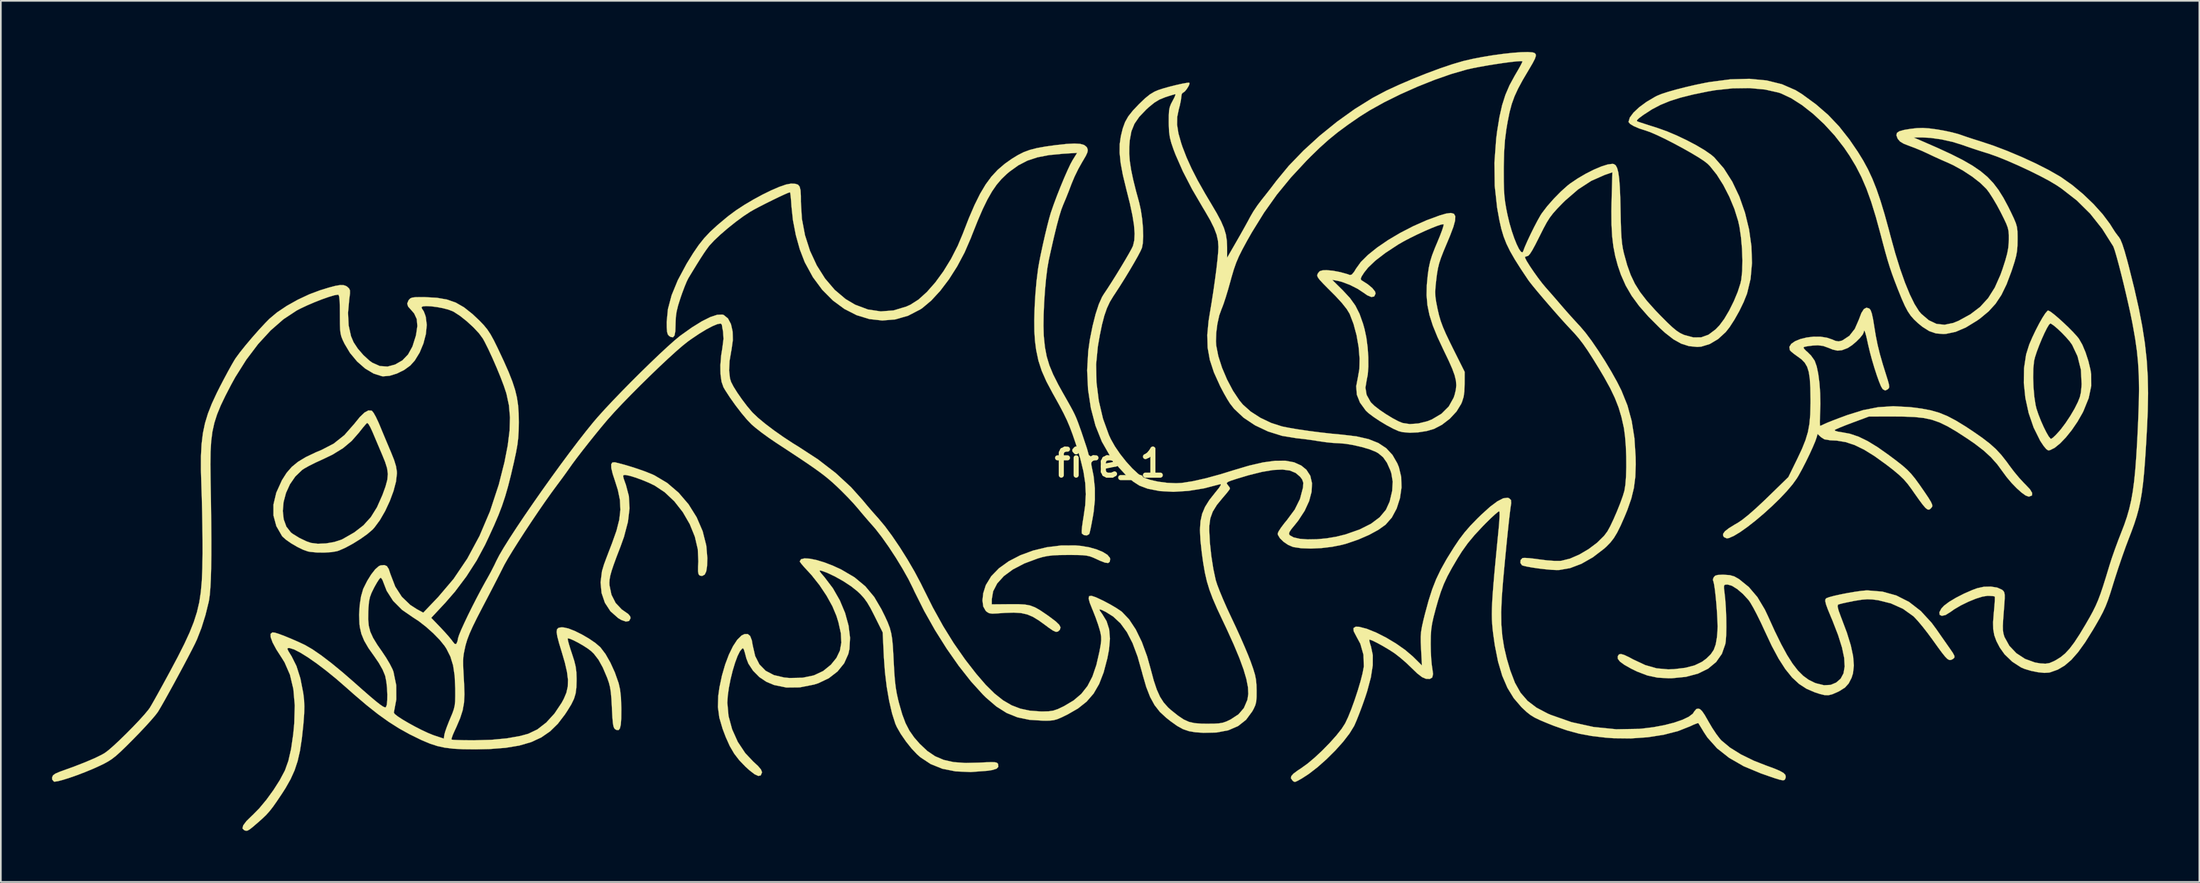
<source format=kicad_pcb>
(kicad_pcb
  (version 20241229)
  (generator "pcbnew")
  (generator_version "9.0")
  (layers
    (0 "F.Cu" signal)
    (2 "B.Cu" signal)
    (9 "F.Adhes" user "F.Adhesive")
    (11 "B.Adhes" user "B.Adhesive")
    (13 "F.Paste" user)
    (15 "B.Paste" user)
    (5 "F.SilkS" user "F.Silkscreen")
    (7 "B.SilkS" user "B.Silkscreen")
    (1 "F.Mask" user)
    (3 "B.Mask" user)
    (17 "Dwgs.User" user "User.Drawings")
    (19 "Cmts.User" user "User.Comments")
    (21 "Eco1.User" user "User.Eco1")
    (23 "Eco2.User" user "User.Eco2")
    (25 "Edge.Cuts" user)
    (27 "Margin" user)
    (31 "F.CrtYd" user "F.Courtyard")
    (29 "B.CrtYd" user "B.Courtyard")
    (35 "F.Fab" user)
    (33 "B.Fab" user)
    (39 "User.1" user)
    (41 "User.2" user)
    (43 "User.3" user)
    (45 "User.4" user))
  (footprint "fire_1"
    (layer "F.Cu")
    (at 62.05 24.153)
    (property "Reference" "fire_1" (at 0 0 0) (layer "F.SilkS") (effects (font (size 1.524 1.524) (thickness 0.3))))
    (attr through_hole)
    (fp_poly (pts (xy -1.736 4.841) (xy -1.253 4.92) (xy -0.81 5.043) (xy -0.438 5.196) (xy -0.164 5.366) (xy -0.017 5.541) (xy 0 5.619) (xy -0.026 5.78) (xy -0.12 5.849) (xy -0.303 5.827) (xy -0.598 5.713) (xy -0.762 5.637) (xy -0.992 5.532) (xy -1.187 5.459) (xy -1.387 5.414) (xy -1.631 5.389) (xy -1.96 5.379) (xy -2.416 5.377) (xy -2.455 5.377) (xy -2.967 5.382) (xy -3.357 5.4) (xy -3.671 5.437) (xy -3.958 5.497) (xy -4.23 5.575) (xy -5.029 5.873) (xy -5.701 6.223) (xy -6.236 6.617) (xy -6.626 7.049) (xy -6.864 7.51) (xy -6.941 7.968) (xy -6.943 8.274) (xy -5.863 8.265) (xy -5.374 8.265) (xy -4.999 8.286) (xy -4.693 8.343) (xy -4.411 8.45) (xy -4.107 8.622) (xy -3.735 8.874) (xy -3.512 9.034) (xy -3.184 9.283) (xy -2.99 9.471) (xy -2.913 9.618) (xy -2.94 9.745) (xy -2.972 9.79) (xy -3.069 9.876) (xy -3.185 9.889) (xy -3.349 9.818) (xy -3.593 9.653) (xy -3.769 9.521) (xy -4.178 9.224) (xy -4.531 9.009) (xy -4.868 8.866) (xy -5.228 8.786) (xy -5.65 8.76) (xy -6.172 8.776) (xy -6.623 8.809) (xy -6.915 8.822) (xy -7.1 8.795) (xy -7.237 8.713) (xy -7.3 8.655) (xy -7.443 8.401) (xy -7.49 8.044) (xy -7.444 7.622) (xy -7.303 7.173) (xy -7.285 7.132) (xy -6.974 6.622) (xy -6.521 6.156) (xy -5.946 5.744) (xy -5.273 5.395) (xy -4.524 5.118) (xy -3.721 4.923) (xy -2.887 4.819) (xy -2.044 4.815) (xy -1.736 4.841)) (stroke (width 0.01) (type solid)) (fill yes) (layer "F.SilkS"))
    (fp_poly (pts (xy -29.018 -0.06) (xy -28.472 0.082) (xy -27.892 0.259) (xy -27.336 0.45) (xy -26.865 0.637) (xy -26.727 0.7) (xy -25.979 1.145) (xy -25.306 1.721) (xy -24.723 2.402) (xy -24.248 3.164) (xy -23.896 3.981) (xy -23.682 4.828) (xy -23.622 5.56) (xy -23.637 6.025) (xy -23.686 6.341) (xy -23.776 6.527) (xy -23.911 6.601) (xy -23.957 6.604) (xy -24.069 6.585) (xy -24.137 6.507) (xy -24.168 6.341) (xy -24.167 6.058) (xy -24.15 5.757) (xy -24.182 5.04) (xy -24.356 4.298) (xy -24.655 3.562) (xy -25.06 2.862) (xy -25.555 2.229) (xy -26.122 1.693) (xy -26.718 1.298) (xy -27.061 1.133) (xy -27.45 0.972) (xy -27.838 0.831) (xy -28.178 0.728) (xy -28.423 0.679) (xy -28.461 0.677) (xy -28.537 0.689) (xy -28.561 0.748) (xy -28.53 0.886) (xy -28.442 1.137) (xy -28.4 1.249) (xy -28.225 1.913) (xy -28.184 2.637) (xy -28.278 3.431) (xy -28.508 4.307) (xy -28.708 4.868) (xy -28.939 5.468) (xy -29.111 5.937) (xy -29.233 6.3) (xy -29.311 6.582) (xy -29.353 6.808) (xy -29.366 7.003) (xy -29.36 7.156) (xy -29.244 7.712) (xy -28.999 8.194) (xy -28.642 8.573) (xy -28.508 8.667) (xy -28.257 8.844) (xy -28.141 8.988) (xy -28.127 9.096) (xy -28.213 9.252) (xy -28.397 9.285) (xy -28.663 9.194) (xy -28.855 9.079) (xy -29.304 8.681) (xy -29.629 8.184) (xy -29.824 7.61) (xy -29.883 6.983) (xy -29.801 6.326) (xy -29.681 5.927) (xy -29.548 5.568) (xy -29.385 5.14) (xy -29.227 4.73) (xy -29.215 4.699) (xy -28.951 3.956) (xy -28.787 3.31) (xy -28.72 2.723) (xy -28.747 2.155) (xy -28.867 1.569) (xy -29.015 1.098) (xy -29.172 0.617) (xy -29.254 0.274) (xy -29.261 0.055) (xy -29.194 -0.054) (xy -29.052 -0.067) (xy -29.018 -0.06)) (stroke (width 0.01) (type solid)) (fill yes) (layer "F.SilkS"))
    (fp_poly (pts (xy 55.12 -8.918) (xy 55.327 -8.764) (xy 55.594 -8.539) (xy 55.893 -8.269) (xy 56.196 -7.981) (xy 56.474 -7.699) (xy 56.699 -7.451) (xy 56.808 -7.314) (xy 57.005 -6.971) (xy 57.196 -6.516) (xy 57.362 -6.004) (xy 57.484 -5.492) (xy 57.525 -5.236) (xy 57.53 -4.551) (xy 57.38 -3.832) (xy 57.072 -3.071) (xy 57.018 -2.963) (xy 56.721 -2.444) (xy 56.389 -1.957) (xy 56.043 -1.526) (xy 55.701 -1.171) (xy 55.384 -0.914) (xy 55.112 -0.778) (xy 55.006 -0.762) (xy 54.899 -0.832) (xy 54.741 -1.018) (xy 54.56 -1.289) (xy 54.533 -1.333) (xy 54.15 -2.106) (xy 53.86 -2.952) (xy 53.667 -3.837) (xy 53.575 -4.728) (xy 53.58 -5.038) (xy 54.123 -5.038) (xy 54.143 -4.465) (xy 54.192 -3.91) (xy 54.265 -3.433) (xy 54.317 -3.217) (xy 54.431 -2.875) (xy 54.576 -2.506) (xy 54.735 -2.146) (xy 54.894 -1.827) (xy 55.034 -1.585) (xy 55.141 -1.454) (xy 55.172 -1.439) (xy 55.273 -1.501) (xy 55.448 -1.665) (xy 55.663 -1.902) (xy 55.749 -2.003) (xy 56.02 -2.363) (xy 56.304 -2.792) (xy 56.546 -3.204) (xy 56.571 -3.252) (xy 56.749 -3.609) (xy 56.86 -3.888) (xy 56.922 -4.159) (xy 56.955 -4.488) (xy 56.964 -4.658) (xy 56.924 -5.495) (xy 56.724 -6.292) (xy 56.41 -6.959) (xy 56.266 -7.161) (xy 56.053 -7.407) (xy 55.804 -7.667) (xy 55.552 -7.907) (xy 55.33 -8.095) (xy 55.17 -8.201) (xy 55.128 -8.213) (xy 55.049 -8.138) (xy 54.93 -7.938) (xy 54.784 -7.646) (xy 54.627 -7.296) (xy 54.473 -6.921) (xy 54.336 -6.557) (xy 54.232 -6.237) (xy 54.176 -6.008) (xy 54.133 -5.572) (xy 54.123 -5.038) (xy 53.58 -5.038) (xy 53.588 -5.591) (xy 53.709 -6.392) (xy 53.891 -6.975) (xy 54.073 -7.398) (xy 54.274 -7.821) (xy 54.479 -8.217) (xy 54.672 -8.556) (xy 54.838 -8.812) (xy 54.961 -8.954) (xy 55.002 -8.975) (xy 55.12 -8.918)) (stroke (width 0.01) (type solid)) (fill yes) (layer "F.SilkS"))
    (fp_poly (pts (xy -43.316 -3.097) (xy -43.283 -3.079) (xy -43.192 -2.965) (xy -43.061 -2.733) (xy -42.914 -2.422) (xy -42.834 -2.236) (xy -42.655 -1.803) (xy -42.445 -1.301) (xy -42.241 -0.817) (xy -42.175 -0.663) (xy -41.988 -0.195) (xy -41.877 0.171) (xy -41.829 0.476) (xy -41.825 0.592) (xy -41.878 1.065) (xy -42.024 1.62) (xy -42.243 2.212) (xy -42.516 2.798) (xy -42.823 3.331) (xy -43.146 3.768) (xy -43.263 3.895) (xy -43.563 4.151) (xy -43.956 4.431) (xy -44.394 4.705) (xy -44.827 4.941) (xy -45.204 5.109) (xy -45.343 5.156) (xy -45.666 5.211) (xy -46.083 5.236) (xy -46.522 5.231) (xy -46.909 5.194) (xy -47.044 5.169) (xy -47.329 5.068) (xy -47.673 4.899) (xy -48.023 4.694) (xy -48.328 4.482) (xy -48.538 4.295) (xy -48.564 4.262) (xy -48.896 3.682) (xy -49.063 3.065) (xy -49.063 2.793) (xy -48.517 2.793) (xy -48.464 3.283) (xy -48.308 3.712) (xy -48.045 4.05) (xy -47.944 4.13) (xy -47.547 4.375) (xy -47.135 4.573) (xy -46.863 4.667) (xy -46.465 4.718) (xy -45.989 4.698) (xy -45.505 4.616) (xy -45.086 4.481) (xy -45.009 4.444) (xy -44.33 4.055) (xy -43.789 3.637) (xy -43.354 3.155) (xy -42.993 2.574) (xy -42.676 1.859) (xy -42.674 1.855) (xy -42.494 1.358) (xy -42.388 0.965) (xy -42.356 0.625) (xy -42.399 0.292) (xy -42.517 -0.085) (xy -42.673 -0.47) (xy -42.852 -0.892) (xy -43.036 -1.326) (xy -43.196 -1.705) (xy -43.263 -1.863) (xy -43.386 -2.128) (xy -43.494 -2.312) (xy -43.565 -2.378) (xy -43.569 -2.376) (xy -43.654 -2.295) (xy -43.808 -2.114) (xy -44.002 -1.87) (xy -44.036 -1.824) (xy -44.477 -1.32) (xy -44.989 -0.891) (xy -45.607 -0.512) (xy -46.215 -0.221) (xy -46.603 -0.044) (xy -46.964 0.137) (xy -47.249 0.296) (xy -47.381 0.383) (xy -47.781 0.766) (xy -48.098 1.226) (xy -48.33 1.736) (xy -48.471 2.268) (xy -48.517 2.793) (xy -49.063 2.793) (xy -49.064 2.412) (xy -48.9 1.721) (xy -48.571 0.994) (xy -48.556 0.968) (xy -48.295 0.557) (xy -47.995 0.211) (xy -47.63 -0.09) (xy -47.17 -0.369) (xy -46.586 -0.647) (xy -46.237 -0.794) (xy -45.533 -1.16) (xy -44.905 -1.66) (xy -44.335 -2.309) (xy -44 -2.721) (xy -43.725 -2.985) (xy -43.5 -3.108) (xy -43.316 -3.097)) (stroke (width 0.01) (type solid)) (fill yes) (layer "F.SilkS"))
    (fp_poly (pts (xy -17.62 5.592) (xy -17.223 5.672) (xy -16.76 5.812) (xy -16.253 6.008) (xy -15.762 6.235) (xy -14.992 6.688) (xy -14.359 7.215) (xy -13.835 7.843) (xy -13.42 8.55) (xy -13.204 8.985) (xy -13.042 9.34) (xy -12.924 9.652) (xy -12.842 9.959) (xy -12.785 10.299) (xy -12.745 10.71) (xy -12.714 11.231) (xy -12.696 11.599) (xy -12.662 12.226) (xy -12.624 12.726) (xy -12.576 13.143) (xy -12.513 13.518) (xy -12.429 13.894) (xy -12.377 14.097) (xy -12.192 14.738) (xy -11.998 15.255) (xy -11.772 15.69) (xy -11.493 16.09) (xy -11.169 16.461) (xy -10.727 16.879) (xy -10.267 17.191) (xy -9.76 17.407) (xy -9.179 17.536) (xy -8.496 17.586) (xy -7.704 17.568) (xy -7.258 17.545) (xy -6.952 17.537) (xy -6.758 17.544) (xy -6.647 17.571) (xy -6.591 17.618) (xy -6.571 17.658) (xy -6.556 17.812) (xy -6.659 17.922) (xy -6.9 18) (xy -7.175 18.044) (xy -8.177 18.12) (xy -9.062 18.081) (xy -9.841 17.926) (xy -10.525 17.651) (xy -11.125 17.254) (xy -11.316 17.086) (xy -11.645 16.739) (xy -11.978 16.32) (xy -12.28 15.881) (xy -12.512 15.475) (xy -12.598 15.282) (xy -12.79 14.679) (xy -12.96 13.946) (xy -13.102 13.124) (xy -13.207 12.251) (xy -13.268 11.415) (xy -13.34 9.919) (xy -13.823 8.947) (xy -14.052 8.501) (xy -14.246 8.17) (xy -14.433 7.909) (xy -14.644 7.677) (xy -14.837 7.495) (xy -15.199 7.209) (xy -15.651 6.913) (xy -16.136 6.64) (xy -16.598 6.421) (xy -16.928 6.302) (xy -17.024 6.286) (xy -17.035 6.327) (xy -16.95 6.449) (xy -16.759 6.673) (xy -16.757 6.675) (xy -16.261 7.328) (xy -15.854 8.039) (xy -15.544 8.78) (xy -15.341 9.522) (xy -15.253 10.236) (xy -15.289 10.894) (xy -15.354 11.188) (xy -15.599 11.735) (xy -15.987 12.215) (xy -16.498 12.611) (xy -17.114 12.905) (xy -17.357 12.983) (xy -18.202 13.15) (xy -18.987 13.158) (xy -19.712 13.009) (xy -20.156 12.824) (xy -20.574 12.544) (xy -20.941 12.172) (xy -21.215 11.755) (xy -21.333 11.452) (xy -21.416 11.135) (xy -21.471 10.951) (xy -21.511 10.869) (xy -21.549 10.858) (xy -21.58 10.873) (xy -21.711 11.028) (xy -21.854 11.318) (xy -21.999 11.711) (xy -22.138 12.174) (xy -22.261 12.675) (xy -22.36 13.181) (xy -22.426 13.659) (xy -22.449 14.055) (xy -22.379 14.832) (xy -22.169 15.609) (xy -21.837 16.348) (xy -21.4 17.007) (xy -20.939 17.495) (xy -20.647 17.767) (xy -20.479 17.967) (xy -20.42 18.114) (xy -20.421 18.151) (xy -20.489 18.316) (xy -20.631 18.349) (xy -20.853 18.248) (xy -21.16 18.01) (xy -21.389 17.801) (xy -21.753 17.423) (xy -22.05 17.035) (xy -22.306 16.596) (xy -22.545 16.063) (xy -22.727 15.581) (xy -22.919 14.929) (xy -23.002 14.305) (xy -22.982 13.647) (xy -22.913 13.153) (xy -22.765 12.456) (xy -22.577 11.806) (xy -22.358 11.225) (xy -22.118 10.733) (xy -21.868 10.353) (xy -21.617 10.105) (xy -21.442 10.02) (xy -21.248 10.018) (xy -21.109 10.135) (xy -21.013 10.389) (xy -20.961 10.684) (xy -20.818 11.307) (xy -20.567 11.802) (xy -20.203 12.174) (xy -19.72 12.428) (xy -19.114 12.57) (xy -18.794 12.598) (xy -18.034 12.582) (xy -17.385 12.447) (xy -16.833 12.19) (xy -16.374 11.817) (xy -16.051 11.418) (xy -15.849 10.993) (xy -15.764 10.519) (xy -15.793 9.972) (xy -15.935 9.329) (xy -16.052 8.951) (xy -16.289 8.386) (xy -16.631 7.767) (xy -17.047 7.144) (xy -17.506 6.565) (xy -17.73 6.319) (xy -17.951 6.081) (xy -18.117 5.885) (xy -18.199 5.767) (xy -18.203 5.753) (xy -18.131 5.628) (xy -17.93 5.576) (xy -17.62 5.592)) (stroke (width 0.01) (type solid)) (fill yes) (layer "F.SilkS"))
    (fp_poly (pts (xy 20.157 -14.653) (xy 20.239 -14.508) (xy 20.227 -14.256) (xy 20.126 -13.885) (xy 19.938 -13.385) (xy 19.765 -12.97) (xy 19.554 -12.468) (xy 19.401 -12.075) (xy 19.293 -11.748) (xy 19.219 -11.442) (xy 19.163 -11.115) (xy 19.126 -10.82) (xy 19.08 -10.394) (xy 19.061 -10.07) (xy 19.072 -9.786) (xy 19.116 -9.476) (xy 19.196 -9.075) (xy 19.201 -9.05) (xy 19.285 -8.69) (xy 19.384 -8.354) (xy 19.513 -8.004) (xy 19.687 -7.602) (xy 19.921 -7.112) (xy 20.084 -6.781) (xy 20.786 -5.376) (xy 20.784 -4.657) (xy 20.771 -4.231) (xy 20.726 -3.908) (xy 20.638 -3.622) (xy 20.582 -3.491) (xy 20.31 -3.047) (xy 19.917 -2.624) (xy 19.452 -2.265) (xy 18.986 -2.023) (xy 18.555 -1.898) (xy 18.066 -1.822) (xy 17.577 -1.799) (xy 17.148 -1.834) (xy 16.92 -1.892) (xy 16.597 -2.035) (xy 16.213 -2.241) (xy 15.813 -2.481) (xy 15.443 -2.728) (xy 15.145 -2.953) (xy 14.991 -3.097) (xy 14.647 -3.57) (xy 14.462 -4.038) (xy 14.427 -4.531) (xy 14.524 -5.037) (xy 14.612 -5.543) (xy 14.625 -6.154) (xy 14.569 -6.827) (xy 14.449 -7.519) (xy 14.27 -8.186) (xy 14.045 -8.774) (xy 13.872 -9.059) (xy 13.588 -9.418) (xy 13.216 -9.822) (xy 13.129 -9.91) (xy 12.752 -10.287) (xy 12.479 -10.565) (xy 12.297 -10.763) (xy 12.287 -10.775) (xy 13.019 -10.775) (xy 13.65 -10.15) (xy 14.063 -9.704) (xy 14.378 -9.264) (xy 14.623 -8.779) (xy 14.828 -8.199) (xy 14.915 -7.891) (xy 15.023 -7.384) (xy 15.097 -6.815) (xy 15.137 -6.23) (xy 15.14 -5.678) (xy 15.104 -5.206) (xy 15.048 -4.923) (xy 14.968 -4.445) (xy 15.038 -4.022) (xy 15.264 -3.618) (xy 15.303 -3.567) (xy 15.5 -3.375) (xy 15.804 -3.14) (xy 16.169 -2.892) (xy 16.549 -2.66) (xy 16.898 -2.474) (xy 17.145 -2.373) (xy 17.569 -2.308) (xy 18.069 -2.344) (xy 18.588 -2.472) (xy 18.859 -2.578) (xy 19.423 -2.912) (xy 19.853 -3.34) (xy 20.14 -3.855) (xy 20.198 -4.028) (xy 20.268 -4.315) (xy 20.296 -4.583) (xy 20.274 -4.862) (xy 20.197 -5.178) (xy 20.058 -5.559) (xy 19.849 -6.032) (xy 19.564 -6.625) (xy 19.195 -7.413) (xy 18.917 -8.097) (xy 18.722 -8.711) (xy 18.603 -9.289) (xy 18.554 -9.866) (xy 18.567 -10.476) (xy 18.624 -11.072) (xy 18.684 -11.486) (xy 18.763 -11.848) (xy 18.876 -12.215) (xy 19.04 -12.641) (xy 19.178 -12.969) (xy 19.337 -13.353) (xy 19.46 -13.678) (xy 19.536 -13.914) (xy 19.556 -14.032) (xy 19.551 -14.04) (xy 19.423 -14.025) (xy 19.175 -13.944) (xy 18.838 -13.811) (xy 18.443 -13.64) (xy 18.02 -13.445) (xy 17.6 -13.239) (xy 17.213 -13.036) (xy 16.889 -12.849) (xy 16.876 -12.841) (xy 16.14 -12.356) (xy 15.559 -11.91) (xy 15.124 -11.495) (xy 14.892 -11.204) (xy 14.742 -10.97) (xy 14.691 -10.832) (xy 14.728 -10.757) (xy 14.741 -10.748) (xy 15.101 -10.518) (xy 15.373 -10.291) (xy 15.532 -10.09) (xy 15.563 -9.966) (xy 15.481 -9.798) (xy 15.312 -9.767) (xy 15.068 -9.872) (xy 14.908 -9.986) (xy 14.516 -10.246) (xy 14.052 -10.481) (xy 13.591 -10.655) (xy 13.346 -10.716) (xy 13.019 -10.775) (xy 12.287 -10.775) (xy 12.191 -10.9) (xy 12.145 -10.998) (xy 12.146 -11.074) (xy 12.178 -11.15) (xy 12.188 -11.169) (xy 12.287 -11.283) (xy 12.457 -11.334) (xy 12.682 -11.344) (xy 13.055 -11.312) (xy 13.494 -11.228) (xy 13.911 -11.112) (xy 14.055 -11.059) (xy 14.166 -11.083) (xy 14.306 -11.248) (xy 14.413 -11.427) (xy 14.696 -11.82) (xy 15.12 -12.241) (xy 15.663 -12.677) (xy 16.301 -13.113) (xy 17.013 -13.534) (xy 17.774 -13.927) (xy 18.562 -14.276) (xy 19.323 -14.556) (xy 19.702 -14.666) (xy 19.979 -14.702) (xy 20.157 -14.653)) (stroke (width 0.01) (type solid)) (fill yes) (layer "F.SilkS"))
    (fp_poly (pts (xy 35.987 6.536) (xy 36.334 6.56) (xy 36.6 6.636) (xy 36.871 6.79) (xy 36.872 6.79) (xy 37.451 7.259) (xy 37.953 7.849) (xy 38.388 8.578) (xy 38.56 8.94) (xy 38.974 9.852) (xy 39.349 10.616) (xy 39.692 11.246) (xy 40.015 11.756) (xy 40.327 12.16) (xy 40.639 12.471) (xy 40.959 12.704) (xy 41.298 12.873) (xy 41.397 12.91) (xy 41.86 13.023) (xy 42.252 13.002) (xy 42.571 12.867) (xy 42.835 12.638) (xy 43.002 12.326) (xy 43.071 11.922) (xy 43.042 11.419) (xy 42.913 10.807) (xy 42.685 10.079) (xy 42.355 9.226) (xy 42.249 8.975) (xy 42.078 8.559) (xy 41.974 8.271) (xy 41.931 8.083) (xy 41.944 7.971) (xy 41.996 7.915) (xy 42.161 7.852) (xy 42.452 7.774) (xy 42.827 7.691) (xy 43.245 7.609) (xy 43.664 7.538) (xy 44.042 7.485) (xy 44.338 7.457) (xy 44.408 7.455) (xy 45.284 7.528) (xy 46.094 7.752) (xy 46.843 8.131) (xy 47.534 8.667) (xy 48.172 9.362) (xy 48.457 9.749) (xy 48.705 10.107) (xy 48.955 10.464) (xy 49.166 10.766) (xy 49.238 10.868) (xy 49.42 11.134) (xy 49.506 11.301) (xy 49.503 11.405) (xy 49.42 11.482) (xy 49.372 11.508) (xy 49.283 11.544) (xy 49.195 11.539) (xy 49.091 11.476) (xy 48.956 11.339) (xy 48.773 11.11) (xy 48.526 10.774) (xy 48.226 10.355) (xy 47.931 9.955) (xy 47.632 9.572) (xy 47.358 9.246) (xy 47.14 9.012) (xy 47.093 8.968) (xy 46.488 8.536) (xy 45.781 8.218) (xy 45.033 8.032) (xy 44.688 7.987) (xy 44.394 7.976) (xy 44.083 8.001) (xy 43.689 8.064) (xy 43.58 8.084) (xy 43.222 8.156) (xy 42.924 8.222) (xy 42.728 8.274) (xy 42.677 8.294) (xy 42.656 8.399) (xy 42.715 8.642) (xy 42.856 9.027) (xy 42.872 9.066) (xy 43.2 9.938) (xy 43.431 10.686) (xy 43.567 11.324) (xy 43.609 11.864) (xy 43.56 12.319) (xy 43.473 12.594) (xy 43.304 12.921) (xy 43.089 13.159) (xy 42.777 13.358) (xy 42.63 13.431) (xy 42.35 13.552) (xy 42.125 13.609) (xy 41.898 13.604) (xy 41.614 13.536) (xy 41.306 13.435) (xy 40.832 13.231) (xy 40.396 12.946) (xy 39.986 12.566) (xy 39.591 12.077) (xy 39.198 11.465) (xy 38.795 10.714) (xy 38.39 9.851) (xy 38.159 9.352) (xy 37.929 8.884) (xy 37.717 8.481) (xy 37.54 8.176) (xy 37.434 8.023) (xy 37.104 7.663) (xy 36.767 7.376) (xy 36.457 7.184) (xy 36.204 7.112) (xy 36.197 7.112) (xy 36.057 7.121) (xy 35.995 7.176) (xy 35.992 7.321) (xy 36.016 7.514) (xy 36.067 7.978) (xy 36.104 8.509) (xy 36.126 9.063) (xy 36.132 9.6) (xy 36.123 10.077) (xy 36.096 10.452) (xy 36.072 10.606) (xy 35.872 11.178) (xy 35.533 11.661) (xy 35.062 12.051) (xy 34.468 12.343) (xy 33.758 12.532) (xy 32.941 12.612) (xy 32.743 12.615) (xy 32.094 12.577) (xy 31.499 12.45) (xy 30.895 12.219) (xy 30.55 12.05) (xy 30.147 11.822) (xy 29.89 11.633) (xy 29.768 11.47) (xy 29.765 11.32) (xy 29.767 11.315) (xy 29.833 11.216) (xy 29.945 11.189) (xy 30.13 11.239) (xy 30.414 11.371) (xy 30.675 11.511) (xy 31.376 11.84) (xy 32.043 12.03) (xy 32.722 12.092) (xy 33.062 12.079) (xy 33.729 11.999) (xy 34.266 11.859) (xy 34.702 11.649) (xy 34.961 11.458) (xy 35.216 11.208) (xy 35.393 10.945) (xy 35.509 10.625) (xy 35.58 10.208) (xy 35.611 9.843) (xy 35.618 9.557) (xy 35.607 9.179) (xy 35.584 8.746) (xy 35.55 8.29) (xy 35.509 7.845) (xy 35.464 7.447) (xy 35.418 7.129) (xy 35.373 6.925) (xy 35.348 6.872) (xy 35.353 6.779) (xy 35.394 6.682) (xy 35.476 6.594) (xy 35.63 6.548) (xy 35.898 6.535) (xy 35.987 6.536)) (stroke (width 0.01) (type solid)) (fill yes) (layer "F.SilkS"))
    (fp_poly (pts (xy 44.514 -9.092) (xy 44.593 -8.995) (xy 44.664 -8.796) (xy 44.735 -8.472) (xy 44.799 -8.077) (xy 44.895 -7.488) (xy 45.003 -6.952) (xy 45.136 -6.412) (xy 45.308 -5.813) (xy 45.482 -5.255) (xy 45.597 -4.889) (xy 45.663 -4.649) (xy 45.683 -4.503) (xy 45.661 -4.417) (xy 45.6 -4.355) (xy 45.584 -4.344) (xy 45.447 -4.278) (xy 45.326 -4.341) (xy 45.286 -4.38) (xy 45.2 -4.527) (xy 45.085 -4.805) (xy 44.951 -5.181) (xy 44.809 -5.621) (xy 44.669 -6.093) (xy 44.543 -6.564) (xy 44.44 -6.999) (xy 44.419 -7.099) (xy 44.344 -7.437) (xy 44.278 -7.676) (xy 44.227 -7.796) (xy 44.199 -7.778) (xy 44.196 -7.719) (xy 44.133 -7.573) (xy 43.97 -7.368) (xy 43.745 -7.143) (xy 43.498 -6.936) (xy 43.267 -6.784) (xy 43.222 -6.762) (xy 42.913 -6.645) (xy 42.651 -6.618) (xy 42.366 -6.683) (xy 42.118 -6.784) (xy 41.805 -6.896) (xy 41.499 -6.932) (xy 41.211 -6.918) (xy 40.935 -6.885) (xy 40.731 -6.847) (xy 40.657 -6.819) (xy 40.683 -6.739) (xy 40.811 -6.604) (xy 40.878 -6.549) (xy 41.102 -6.325) (xy 41.295 -6.053) (xy 41.318 -6.01) (xy 41.43 -5.697) (xy 41.522 -5.253) (xy 41.592 -4.714) (xy 41.634 -4.117) (xy 41.646 -3.499) (xy 41.635 -3.117) (xy 41.621 -2.746) (xy 41.615 -2.448) (xy 41.618 -2.256) (xy 41.628 -2.201) (xy 41.721 -2.236) (xy 41.893 -2.319) (xy 42.056 -2.391) (xy 42.341 -2.505) (xy 42.712 -2.647) (xy 43.13 -2.802) (xy 43.222 -2.836) (xy 44.156 -3.128) (xy 45.036 -3.3) (xy 45.919 -3.357) (xy 46.863 -3.307) (xy 46.948 -3.299) (xy 47.585 -3.217) (xy 48.129 -3.113) (xy 48.62 -2.971) (xy 49.095 -2.776) (xy 49.596 -2.512) (xy 50.161 -2.166) (xy 50.584 -1.886) (xy 51.138 -1.501) (xy 51.578 -1.162) (xy 51.941 -0.836) (xy 52.263 -0.487) (xy 52.579 -0.084) (xy 52.73 0.127) (xy 53.002 0.487) (xy 53.306 0.853) (xy 53.591 1.161) (xy 53.668 1.237) (xy 53.938 1.522) (xy 54.067 1.739) (xy 54.056 1.882) (xy 53.902 1.945) (xy 53.846 1.947) (xy 53.679 1.884) (xy 53.44 1.712) (xy 53.157 1.458) (xy 52.86 1.151) (xy 52.577 0.816) (xy 52.381 0.55) (xy 52.023 0.061) (xy 51.647 -0.363) (xy 51.217 -0.757) (xy 50.696 -1.158) (xy 50.25 -1.464) (xy 49.633 -1.865) (xy 49.109 -2.173) (xy 48.64 -2.401) (xy 48.186 -2.561) (xy 47.709 -2.664) (xy 47.169 -2.722) (xy 46.528 -2.747) (xy 45.974 -2.751) (xy 44.492 -2.75) (xy 43.521 -2.389) (xy 43.141 -2.245) (xy 42.818 -2.115) (xy 42.587 -2.015) (xy 42.48 -1.959) (xy 42.48 -1.958) (xy 42.516 -1.911) (xy 42.682 -1.863) (xy 42.884 -1.831) (xy 43.384 -1.738) (xy 43.887 -1.568) (xy 44.419 -1.309) (xy 45.008 -0.948) (xy 45.654 -0.491) (xy 46.106 -0.152) (xy 46.454 0.122) (xy 46.73 0.365) (xy 46.967 0.611) (xy 47.198 0.893) (xy 47.455 1.246) (xy 47.749 1.67) (xy 47.984 2.02) (xy 48.131 2.262) (xy 48.201 2.421) (xy 48.208 2.523) (xy 48.177 2.58) (xy 48.092 2.673) (xy 48.012 2.719) (xy 47.922 2.702) (xy 47.806 2.61) (xy 47.648 2.426) (xy 47.434 2.139) (xy 47.146 1.732) (xy 46.984 1.499) (xy 46.759 1.196) (xy 46.527 0.929) (xy 46.25 0.664) (xy 45.897 0.369) (xy 45.508 0.069) (xy 44.819 -0.428) (xy 44.21 -0.806) (xy 43.657 -1.075) (xy 43.132 -1.249) (xy 42.609 -1.337) (xy 42.221 -1.355) (xy 41.883 -1.411) (xy 41.679 -1.542) (xy 41.48 -1.729) (xy 41.432 -1.545) (xy 41.348 -1.301) (xy 41.2 -0.951) (xy 41.01 -0.534) (xy 40.795 -0.092) (xy 40.576 0.334) (xy 40.372 0.705) (xy 40.273 0.87) (xy 40.016 1.23) (xy 39.672 1.636) (xy 39.262 2.07) (xy 38.806 2.513) (xy 38.326 2.949) (xy 37.842 3.359) (xy 37.376 3.724) (xy 36.947 4.029) (xy 36.577 4.253) (xy 36.287 4.381) (xy 36.159 4.403) (xy 35.999 4.333) (xy 35.945 4.255) (xy 35.944 4.13) (xy 36.046 3.988) (xy 36.266 3.814) (xy 36.62 3.593) (xy 36.801 3.491) (xy 37.065 3.312) (xy 37.424 3.025) (xy 37.859 2.643) (xy 38.35 2.184) (xy 38.532 2.009) (xy 39.768 0.804) (xy 40.286 -0.254) (xy 40.566 -0.85) (xy 40.771 -1.362) (xy 40.914 -1.838) (xy 41.004 -2.326) (xy 41.052 -2.871) (xy 41.068 -3.522) (xy 41.068 -3.78) (xy 41.057 -4.442) (xy 41.026 -4.96) (xy 40.966 -5.36) (xy 40.871 -5.667) (xy 40.733 -5.905) (xy 40.545 -6.102) (xy 40.344 -6.251) (xy 40.105 -6.422) (xy 39.926 -6.57) (xy 39.857 -6.646) (xy 39.826 -6.838) (xy 39.936 -7.016) (xy 40.161 -7.172) (xy 40.473 -7.3) (xy 40.843 -7.391) (xy 41.246 -7.44) (xy 41.653 -7.438) (xy 42.036 -7.377) (xy 42.284 -7.293) (xy 42.538 -7.191) (xy 42.713 -7.162) (xy 42.878 -7.199) (xy 42.954 -7.23) (xy 43.347 -7.49) (xy 43.665 -7.898) (xy 43.902 -8.441) (xy 44.05 -8.829) (xy 44.197 -9.06) (xy 44.351 -9.142) (xy 44.514 -9.092)) (stroke (width 0.01) (type solid)) (fill yes) (layer "F.SilkS"))
    (fp_poly (pts (xy 23.393 2.046) (xy 23.504 2.152) (xy 23.516 2.335) (xy 23.506 2.399) (xy 23.471 2.638) (xy 23.424 3.022) (xy 23.367 3.529) (xy 23.303 4.137) (xy 23.234 4.823) (xy 23.162 5.564) (xy 23.09 6.337) (xy 23.035 6.943) (xy 22.963 7.902) (xy 22.93 8.732) (xy 22.94 9.467) (xy 22.996 10.143) (xy 23.1 10.795) (xy 23.255 11.458) (xy 23.46 12.154) (xy 23.735 12.878) (xy 24.065 13.465) (xy 24.478 13.942) (xy 25 14.339) (xy 25.655 14.685) (xy 25.823 14.758) (xy 27.054 15.19) (xy 28.347 15.474) (xy 29.674 15.607) (xy 31.007 15.584) (xy 31.184 15.569) (xy 31.861 15.485) (xy 32.496 15.366) (xy 33.066 15.22) (xy 33.549 15.054) (xy 33.924 14.876) (xy 34.167 14.692) (xy 34.247 14.564) (xy 34.371 14.421) (xy 34.486 14.395) (xy 34.592 14.43) (xy 34.712 14.546) (xy 34.863 14.767) (xy 35.064 15.117) (xy 35.09 15.164) (xy 35.307 15.533) (xy 35.54 15.884) (xy 35.752 16.164) (xy 35.841 16.263) (xy 36.343 16.682) (xy 36.987 17.084) (xy 37.747 17.456) (xy 38.449 17.731) (xy 38.932 17.908) (xy 39.271 18.052) (xy 39.486 18.175) (xy 39.595 18.29) (xy 39.617 18.41) (xy 39.594 18.497) (xy 39.562 18.562) (xy 39.507 18.598) (xy 39.408 18.6) (xy 39.241 18.564) (xy 38.982 18.485) (xy 38.609 18.357) (xy 38.14 18.192) (xy 37.148 17.777) (xy 36.295 17.286) (xy 35.584 16.724) (xy 35.023 16.094) (xy 34.821 15.79) (xy 34.666 15.533) (xy 34.547 15.339) (xy 34.489 15.248) (xy 34.488 15.247) (xy 34.404 15.263) (xy 34.213 15.338) (xy 34.008 15.434) (xy 33.293 15.716) (xy 32.454 15.932) (xy 31.524 16.077) (xy 30.538 16.146) (xy 29.528 16.135) (xy 29.068 16.102) (xy 28.241 16.005) (xy 27.503 15.868) (xy 26.786 15.674) (xy 26.024 15.408) (xy 25.654 15.261) (xy 25.221 15.08) (xy 24.902 14.928) (xy 24.65 14.775) (xy 24.42 14.594) (xy 24.166 14.356) (xy 24.108 14.299) (xy 23.666 13.784) (xy 23.296 13.18) (xy 22.991 12.47) (xy 22.745 11.639) (xy 22.553 10.67) (xy 22.46 10.008) (xy 22.426 9.718) (xy 22.402 9.439) (xy 22.386 9.152) (xy 22.381 8.843) (xy 22.387 8.494) (xy 22.404 8.089) (xy 22.435 7.611) (xy 22.479 7.044) (xy 22.537 6.372) (xy 22.611 5.577) (xy 22.701 4.644) (xy 22.785 3.783) (xy 22.817 3.405) (xy 22.833 3.092) (xy 22.832 2.881) (xy 22.818 2.809) (xy 22.742 2.847) (xy 22.572 2.988) (xy 22.328 3.213) (xy 22.032 3.503) (xy 21.852 3.687) (xy 21.364 4.211) (xy 20.968 4.689) (xy 20.621 5.176) (xy 20.376 5.566) (xy 20.038 6.141) (xy 19.775 6.628) (xy 19.566 7.079) (xy 19.389 7.544) (xy 19.22 8.075) (xy 19.089 8.54) (xy 18.961 9.027) (xy 18.876 9.414) (xy 18.826 9.762) (xy 18.802 10.131) (xy 18.796 10.582) (xy 18.796 10.6) (xy 18.804 11.043) (xy 18.826 11.471) (xy 18.858 11.828) (xy 18.888 12.022) (xy 18.934 12.361) (xy 18.888 12.567) (xy 18.742 12.655) (xy 18.513 12.645) (xy 18.292 12.55) (xy 18.004 12.328) (xy 17.695 12.03) (xy 17.376 11.723) (xy 17.023 11.416) (xy 16.701 11.165) (xy 16.637 11.12) (xy 16.335 10.926) (xy 16.012 10.734) (xy 15.702 10.562) (xy 15.439 10.43) (xy 15.257 10.355) (xy 15.193 10.348) (xy 15.201 10.438) (xy 15.254 10.633) (xy 15.295 10.756) (xy 15.4 11.255) (xy 15.398 11.853) (xy 15.288 12.559) (xy 15.069 13.381) (xy 14.944 13.764) (xy 14.779 14.232) (xy 14.608 14.687) (xy 14.45 15.085) (xy 14.323 15.378) (xy 14.298 15.427) (xy 14.035 15.856) (xy 13.66 16.343) (xy 13.202 16.854) (xy 12.693 17.36) (xy 12.166 17.829) (xy 11.65 18.229) (xy 11.253 18.487) (xy 11.009 18.626) (xy 10.868 18.691) (xy 10.784 18.692) (xy 10.714 18.638) (xy 10.685 18.61) (xy 10.601 18.487) (xy 10.617 18.362) (xy 10.747 18.214) (xy 11.005 18.022) (xy 11.197 17.897) (xy 11.572 17.626) (xy 11.997 17.267) (xy 12.441 16.852) (xy 12.872 16.411) (xy 13.26 15.977) (xy 13.574 15.581) (xy 13.778 15.263) (xy 13.953 14.892) (xy 14.144 14.418) (xy 14.337 13.884) (xy 14.519 13.331) (xy 14.677 12.801) (xy 14.797 12.334) (xy 14.866 11.972) (xy 14.873 11.913) (xy 14.853 11.236) (xy 14.669 10.589) (xy 14.423 10.131) (xy 14.278 9.851) (xy 14.268 9.669) (xy 14.395 9.586) (xy 14.598 9.592) (xy 15.063 9.715) (xy 15.605 9.935) (xy 16.186 10.23) (xy 16.763 10.576) (xy 17.296 10.95) (xy 17.744 11.331) (xy 17.785 11.371) (xy 18.282 11.863) (xy 18.231 10.902) (xy 18.212 10.492) (xy 18.211 10.169) (xy 18.233 9.88) (xy 18.284 9.573) (xy 18.37 9.194) (xy 18.457 8.843) (xy 18.671 8.054) (xy 18.884 7.387) (xy 19.117 6.794) (xy 19.387 6.23) (xy 19.713 5.646) (xy 19.783 5.53) (xy 20.147 4.944) (xy 20.467 4.466) (xy 20.78 4.054) (xy 21.118 3.664) (xy 21.514 3.255) (xy 21.766 3.009) (xy 22.277 2.546) (xy 22.703 2.227) (xy 23.044 2.051) (xy 23.304 2.016) (xy 23.393 2.046)) (stroke (width 0.01) (type solid)) (fill yes) (layer "F.SilkS"))
    (fp_poly (pts (xy -1.756 -18.757) (xy -1.525 -18.691) (xy -1.383 -18.576) (xy -1.344 -18.509) (xy -1.313 -18.392) (xy -1.337 -18.252) (xy -1.428 -18.052) (xy -1.601 -17.756) (xy -1.642 -17.688) (xy -1.868 -17.286) (xy -2.093 -16.824) (xy -2.27 -16.4) (xy -2.276 -16.383) (xy -2.427 -15.984) (xy -2.592 -15.569) (xy -2.738 -15.222) (xy -2.749 -15.198) (xy -2.863 -14.901) (xy -2.991 -14.488) (xy -3.136 -13.949) (xy -3.301 -13.271) (xy -3.489 -12.444) (xy -3.602 -11.928) (xy -3.686 -11.444) (xy -3.761 -10.836) (xy -3.824 -10.15) (xy -3.872 -9.431) (xy -3.902 -8.725) (xy -3.911 -8.077) (xy -3.896 -7.533) (xy -3.89 -7.439) (xy -3.826 -6.828) (xy -3.723 -6.283) (xy -3.567 -5.76) (xy -3.342 -5.217) (xy -3.035 -4.609) (xy -2.814 -4.21) (xy -2.545 -3.736) (xy -2.343 -3.376) (xy -2.192 -3.097) (xy -2.076 -2.864) (xy -1.979 -2.645) (xy -1.886 -2.406) (xy -1.78 -2.112) (xy -1.679 -1.829) (xy -1.359 -0.867) (xy -1.125 -0.019) (xy -0.972 0.745) (xy -0.898 1.456) (xy -0.897 2.141) (xy -0.966 2.832) (xy -1.004 3.069) (xy -1.075 3.465) (xy -1.141 3.801) (xy -1.195 4.041) (xy -1.228 4.149) (xy -1.358 4.226) (xy -1.533 4.213) (xy -1.657 4.119) (xy -1.663 4.105) (xy -1.67 3.97) (xy -1.648 3.712) (xy -1.601 3.374) (xy -1.564 3.152) (xy -1.464 2.459) (xy -1.429 1.806) (xy -1.462 1.156) (xy -1.568 0.472) (xy -1.751 -0.282) (xy -2.014 -1.144) (xy -2.039 -1.219) (xy -2.207 -1.71) (xy -2.365 -2.131) (xy -2.531 -2.525) (xy -2.726 -2.93) (xy -2.966 -3.388) (xy -3.271 -3.939) (xy -3.372 -4.118) (xy -3.741 -4.813) (xy -4.014 -5.433) (xy -4.208 -6.031) (xy -4.34 -6.658) (xy -4.41 -7.199) (xy -4.445 -7.745) (xy -4.451 -8.412) (xy -4.431 -9.156) (xy -4.386 -9.933) (xy -4.319 -10.696) (xy -4.231 -11.402) (xy -4.227 -11.43) (xy -4.163 -11.806) (xy -4.067 -12.286) (xy -3.951 -12.826) (xy -3.825 -13.383) (xy -3.698 -13.91) (xy -3.581 -14.365) (xy -3.484 -14.703) (xy -3.474 -14.732) (xy -3.314 -15.194) (xy -3.122 -15.709) (xy -2.912 -16.241) (xy -2.7 -16.753) (xy -2.499 -17.21) (xy -2.326 -17.577) (xy -2.203 -17.803) (xy -1.939 -18.228) (xy -2.769 -18.177) (xy -3.581 -18.099) (xy -4.265 -17.968) (xy -4.856 -17.772) (xy -5.388 -17.496) (xy -5.898 -17.129) (xy -6.066 -16.988) (xy -6.374 -16.691) (xy -6.658 -16.358) (xy -6.928 -15.966) (xy -7.196 -15.497) (xy -7.473 -14.929) (xy -7.769 -14.243) (xy -8.098 -13.418) (xy -8.174 -13.22) (xy -8.538 -12.38) (xy -8.97 -11.567) (xy -9.453 -10.807) (xy -9.967 -10.129) (xy -10.494 -9.557) (xy -11.014 -9.119) (xy -11.124 -9.045) (xy -11.85 -8.668) (xy -12.601 -8.451) (xy -13.363 -8.388) (xy -14.124 -8.473) (xy -14.87 -8.701) (xy -15.587 -9.067) (xy -16.262 -9.564) (xy -16.882 -10.188) (xy -17.433 -10.933) (xy -17.902 -11.794) (xy -17.918 -11.83) (xy -18.201 -12.565) (xy -18.433 -13.399) (xy -18.601 -14.269) (xy -18.685 -15.05) (xy -18.71 -15.41) (xy -18.737 -15.697) (xy -18.761 -15.875) (xy -18.776 -15.917) (xy -18.888 -15.881) (xy -19.116 -15.782) (xy -19.429 -15.636) (xy -19.792 -15.46) (xy -20.173 -15.271) (xy -20.54 -15.083) (xy -20.858 -14.915) (xy -21.095 -14.78) (xy -21.099 -14.778) (xy -21.506 -14.51) (xy -21.958 -14.177) (xy -22.418 -13.809) (xy -22.852 -13.435) (xy -23.224 -13.085) (xy -23.498 -12.789) (xy -23.548 -12.726) (xy -23.689 -12.533) (xy -23.839 -12.314) (xy -24.015 -12.043) (xy -24.233 -11.695) (xy -24.51 -11.243) (xy -24.736 -10.869) (xy -24.83 -10.679) (xy -24.956 -10.374) (xy -25.096 -10.002) (xy -25.19 -9.731) (xy -25.336 -9.272) (xy -25.425 -8.906) (xy -25.471 -8.568) (xy -25.485 -8.197) (xy -25.485 -8.163) (xy -25.499 -7.759) (xy -25.546 -7.51) (xy -25.633 -7.402) (xy -25.769 -7.422) (xy -25.866 -7.483) (xy -25.939 -7.569) (xy -25.983 -7.722) (xy -26.003 -7.976) (xy -26.006 -8.302) (xy -25.933 -9.06) (xy -25.716 -9.875) (xy -25.355 -10.753) (xy -24.847 -11.703) (xy -24.805 -11.773) (xy -24.453 -12.343) (xy -24.132 -12.813) (xy -23.811 -13.218) (xy -23.455 -13.597) (xy -23.032 -13.986) (xy -22.509 -14.424) (xy -22.359 -14.545) (xy -21.939 -14.856) (xy -21.45 -15.176) (xy -20.922 -15.489) (xy -20.385 -15.78) (xy -19.867 -16.034) (xy -19.397 -16.236) (xy -19.005 -16.371) (xy -18.719 -16.425) (xy -18.702 -16.425) (xy -18.467 -16.414) (xy -18.307 -16.363) (xy -18.208 -16.244) (xy -18.156 -16.03) (xy -18.138 -15.695) (xy -18.137 -15.346) (xy -18.077 -14.359) (xy -17.895 -13.395) (xy -17.601 -12.476) (xy -17.205 -11.622) (xy -16.719 -10.852) (xy -16.152 -10.187) (xy -15.515 -9.648) (xy -14.958 -9.317) (xy -14.205 -9.035) (xy -13.454 -8.923) (xy -12.704 -8.98) (xy -11.955 -9.206) (xy -11.709 -9.317) (xy -11.239 -9.618) (xy -10.749 -10.061) (xy -10.256 -10.621) (xy -9.779 -11.276) (xy -9.334 -12.001) (xy -8.939 -12.774) (xy -8.65 -13.462) (xy -8.29 -14.388) (xy -7.954 -15.169) (xy -7.629 -15.825) (xy -7.303 -16.374) (xy -6.962 -16.837) (xy -6.594 -17.234) (xy -6.186 -17.584) (xy -5.769 -17.88) (xy -5.406 -18.102) (xy -5.065 -18.274) (xy -4.706 -18.406) (xy -4.291 -18.512) (xy -3.781 -18.603) (xy -3.175 -18.687) (xy -2.563 -18.753) (xy -2.096 -18.777) (xy -1.756 -18.757)) (stroke (width 0.01) (type solid)) (fill yes) (layer "F.SilkS"))
    (fp_poly (pts (xy 24.772 -24.128) (xy 24.883 -24.093) (xy 24.952 -24.023) (xy 24.961 -23.915) (xy 24.902 -23.742) (xy 24.766 -23.48) (xy 24.546 -23.106) (xy 24.191 -22.505) (xy 23.918 -21.999) (xy 23.709 -21.545) (xy 23.548 -21.098) (xy 23.419 -20.615) (xy 23.306 -20.052) (xy 23.23 -19.6) (xy 23.15 -18.979) (xy 23.101 -18.266) (xy 23.08 -17.429) (xy 23.079 -17.145) (xy 23.082 -16.551) (xy 23.094 -16.08) (xy 23.119 -15.689) (xy 23.161 -15.332) (xy 23.223 -14.964) (xy 23.301 -14.579) (xy 23.416 -14.099) (xy 23.55 -13.64) (xy 23.693 -13.221) (xy 23.836 -12.865) (xy 23.97 -12.592) (xy 24.086 -12.425) (xy 24.174 -12.385) (xy 24.215 -12.446) (xy 24.308 -12.696) (xy 24.462 -13.048) (xy 24.654 -13.457) (xy 24.862 -13.877) (xy 25.064 -14.262) (xy 25.237 -14.568) (xy 25.312 -14.684) (xy 25.625 -15.095) (xy 26.013 -15.536) (xy 26.427 -15.958) (xy 26.819 -16.309) (xy 26.966 -16.424) (xy 27.416 -16.728) (xy 27.891 -17.006) (xy 28.361 -17.244) (xy 28.798 -17.429) (xy 29.17 -17.547) (xy 29.449 -17.585) (xy 29.539 -17.571) (xy 29.644 -17.497) (xy 29.729 -17.339) (xy 29.796 -17.083) (xy 29.848 -16.713) (xy 29.886 -16.217) (xy 29.913 -15.579) (xy 29.929 -14.847) (xy 29.942 -14.18) (xy 29.96 -13.652) (xy 29.985 -13.233) (xy 30.019 -12.893) (xy 30.065 -12.602) (xy 30.125 -12.329) (xy 30.129 -12.316) (xy 30.315 -11.643) (xy 30.522 -11.065) (xy 30.768 -10.547) (xy 31.077 -10.053) (xy 31.467 -9.548) (xy 31.961 -8.995) (xy 32.277 -8.666) (xy 32.664 -8.277) (xy 32.964 -7.994) (xy 33.206 -7.793) (xy 33.414 -7.655) (xy 33.616 -7.558) (xy 33.67 -7.537) (xy 34.195 -7.396) (xy 34.658 -7.4) (xy 35.085 -7.554) (xy 35.499 -7.865) (xy 35.728 -8.103) (xy 36.009 -8.482) (xy 36.298 -8.972) (xy 36.57 -9.52) (xy 36.8 -10.073) (xy 36.961 -10.576) (xy 37.007 -10.79) (xy 37.061 -11.302) (xy 37.074 -11.922) (xy 37.05 -12.595) (xy 36.992 -13.265) (xy 36.902 -13.879) (xy 36.827 -14.224) (xy 36.604 -14.939) (xy 36.305 -15.658) (xy 35.953 -16.343) (xy 35.568 -16.954) (xy 35.172 -17.449) (xy 35.039 -17.584) (xy 34.822 -17.754) (xy 34.482 -17.977) (xy 34.052 -18.234) (xy 33.565 -18.509) (xy 33.053 -18.784) (xy 32.548 -19.043) (xy 32.082 -19.266) (xy 31.688 -19.438) (xy 31.397 -19.541) (xy 31.394 -19.542) (xy 31.023 -19.661) (xy 30.71 -19.795) (xy 30.49 -19.927) (xy 30.396 -20.04) (xy 30.395 -20.051) (xy 30.471 -20.302) (xy 30.686 -20.592) (xy 31.019 -20.905) (xy 31.449 -21.222) (xy 31.958 -21.523) (xy 32.067 -21.579) (xy 32.329 -21.687) (xy 32.723 -21.815) (xy 33.213 -21.953) (xy 33.762 -22.093) (xy 34.335 -22.226) (xy 34.897 -22.341) (xy 35.147 -22.387) (xy 36.368 -22.546) (xy 37.48 -22.578) (xy 38.486 -22.482) (xy 39.389 -22.26) (xy 40.192 -21.909) (xy 40.56 -21.683) (xy 41.384 -21.081) (xy 42.099 -20.461) (xy 42.741 -19.785) (xy 43.349 -19.014) (xy 43.844 -18.288) (xy 44.159 -17.776) (xy 44.439 -17.259) (xy 44.694 -16.711) (xy 44.934 -16.107) (xy 45.169 -15.422) (xy 45.409 -14.629) (xy 45.664 -13.704) (xy 45.76 -13.335) (xy 46.037 -12.332) (xy 46.321 -11.418) (xy 46.607 -10.609) (xy 46.891 -9.917) (xy 47.165 -9.357) (xy 47.425 -8.943) (xy 47.558 -8.784) (xy 48.003 -8.404) (xy 48.454 -8.19) (xy 48.927 -8.138) (xy 49.439 -8.245) (xy 49.748 -8.371) (xy 50.441 -8.751) (xy 51.012 -9.185) (xy 51.483 -9.701) (xy 51.874 -10.323) (xy 52.208 -11.076) (xy 52.333 -11.428) (xy 52.494 -11.929) (xy 52.601 -12.321) (xy 52.663 -12.652) (xy 52.692 -12.97) (xy 52.696 -13.139) (xy 52.696 -13.415) (xy 52.679 -13.635) (xy 52.634 -13.839) (xy 52.547 -14.071) (xy 52.406 -14.372) (xy 52.218 -14.747) (xy 51.997 -15.161) (xy 51.762 -15.56) (xy 51.543 -15.899) (xy 51.383 -16.112) (xy 51.022 -16.466) (xy 50.545 -16.838) (xy 50 -17.196) (xy 49.432 -17.508) (xy 49.105 -17.659) (xy 48.716 -17.828) (xy 48.305 -18.015) (xy 47.963 -18.178) (xy 47.962 -18.179) (xy 47.599 -18.346) (xy 47.18 -18.519) (xy 46.877 -18.632) (xy 46.535 -18.765) (xy 46.32 -18.893) (xy 46.192 -19.041) (xy 46.173 -19.074) (xy 46.104 -19.261) (xy 46.132 -19.398) (xy 46.277 -19.499) (xy 46.556 -19.577) (xy 46.93 -19.639) (xy 47.316 -19.683) (xy 47.66 -19.692) (xy 48.033 -19.666) (xy 48.497 -19.604) (xy 48.928 -19.528) (xy 49.357 -19.435) (xy 49.717 -19.339) (xy 49.852 -19.295) (xy 50.18 -19.18) (xy 50.586 -19.046) (xy 50.984 -18.921) (xy 51 -18.916) (xy 51.774 -18.66) (xy 52.607 -18.343) (xy 53.456 -17.985) (xy 54.279 -17.606) (xy 55.031 -17.224) (xy 55.669 -16.859) (xy 55.765 -16.799) (xy 56.412 -16.342) (xy 57.055 -15.806) (xy 57.661 -15.225) (xy 58.194 -14.633) (xy 58.621 -14.063) (xy 58.759 -13.843) (xy 58.927 -13.58) (xy 59.103 -13.343) (xy 59.147 -13.293) (xy 59.243 -13.138) (xy 59.354 -12.865) (xy 59.485 -12.459) (xy 59.64 -11.907) (xy 59.732 -11.557) (xy 60.053 -10.27) (xy 60.315 -9.11) (xy 60.521 -8.045) (xy 60.676 -7.044) (xy 60.781 -6.077) (xy 60.842 -5.113) (xy 60.862 -4.121) (xy 60.843 -3.07) (xy 60.804 -2.179) (xy 60.747 -1.148) (xy 60.691 -0.265) (xy 60.633 0.492) (xy 60.57 1.143) (xy 60.497 1.71) (xy 60.412 2.214) (xy 60.311 2.677) (xy 60.191 3.119) (xy 60.048 3.563) (xy 59.879 4.028) (xy 59.748 4.368) (xy 59.557 4.872) (xy 59.342 5.477) (xy 59.122 6.122) (xy 58.92 6.745) (xy 58.833 7.024) (xy 58.661 7.58) (xy 58.514 8.018) (xy 58.372 8.386) (xy 58.215 8.728) (xy 58.023 9.093) (xy 57.776 9.524) (xy 57.627 9.776) (xy 57.174 10.502) (xy 56.757 11.083) (xy 56.361 11.534) (xy 55.969 11.87) (xy 55.567 12.107) (xy 55.137 12.261) (xy 55.051 12.282) (xy 54.776 12.298) (xy 54.406 12.26) (xy 54.002 12.179) (xy 53.625 12.067) (xy 53.411 11.976) (xy 52.895 11.64) (xy 52.447 11.208) (xy 52.168 10.815) (xy 51.969 10.433) (xy 51.843 10.088) (xy 51.781 9.732) (xy 51.774 9.312) (xy 51.814 8.781) (xy 51.817 8.754) (xy 51.851 8.382) (xy 51.872 8.078) (xy 51.877 7.876) (xy 51.869 7.814) (xy 51.768 7.791) (xy 51.559 7.777) (xy 51.448 7.775) (xy 51.154 7.82) (xy 50.766 7.941) (xy 50.33 8.119) (xy 49.891 8.333) (xy 49.497 8.564) (xy 49.272 8.724) (xy 48.985 8.902) (xy 48.767 8.95) (xy 48.64 8.889) (xy 48.624 8.74) (xy 48.739 8.523) (xy 48.9 8.351) (xy 49.191 8.131) (xy 49.595 7.888) (xy 50.064 7.648) (xy 50.55 7.435) (xy 50.842 7.327) (xy 51.234 7.242) (xy 51.645 7.232) (xy 52.019 7.292) (xy 52.298 7.418) (xy 52.32 7.435) (xy 52.388 7.501) (xy 52.432 7.582) (xy 52.454 7.709) (xy 52.455 7.913) (xy 52.437 8.222) (xy 52.403 8.668) (xy 52.399 8.709) (xy 52.364 9.187) (xy 52.347 9.533) (xy 52.351 9.783) (xy 52.377 9.975) (xy 52.425 10.144) (xy 52.445 10.199) (xy 52.728 10.711) (xy 53.139 11.144) (xy 53.65 11.478) (xy 54.23 11.688) (xy 54.548 11.742) (xy 54.846 11.759) (xy 55.081 11.721) (xy 55.337 11.612) (xy 55.455 11.549) (xy 55.739 11.373) (xy 56.001 11.156) (xy 56.261 10.875) (xy 56.537 10.509) (xy 56.847 10.035) (xy 57.21 9.431) (xy 57.217 9.418) (xy 57.444 9.024) (xy 57.63 8.681) (xy 57.789 8.358) (xy 57.933 8.025) (xy 58.074 7.65) (xy 58.224 7.204) (xy 58.396 6.656) (xy 58.6 5.982) (xy 58.735 5.561) (xy 58.913 5.052) (xy 59.108 4.523) (xy 59.274 4.096) (xy 59.462 3.609) (xy 59.622 3.14) (xy 59.757 2.669) (xy 59.871 2.175) (xy 59.966 1.637) (xy 60.046 1.034) (xy 60.114 0.345) (xy 60.173 -0.45) (xy 60.227 -1.373) (xy 60.278 -2.444) (xy 60.279 -2.455) (xy 60.316 -3.471) (xy 60.33 -4.355) (xy 60.318 -5.144) (xy 60.278 -5.874) (xy 60.209 -6.583) (xy 60.107 -7.307) (xy 59.971 -8.081) (xy 59.93 -8.297) (xy 59.824 -8.816) (xy 59.698 -9.388) (xy 59.56 -9.988) (xy 59.417 -10.59) (xy 59.273 -11.167) (xy 59.137 -11.694) (xy 59.014 -12.143) (xy 58.912 -12.489) (xy 58.836 -12.706) (xy 58.816 -12.749) (xy 58.171 -13.772) (xy 57.469 -14.658) (xy 56.684 -15.435) (xy 55.789 -16.132) (xy 55.502 -16.326) (xy 55.077 -16.581) (xy 54.534 -16.871) (xy 53.916 -17.178) (xy 53.263 -17.482) (xy 52.619 -17.764) (xy 52.025 -18.004) (xy 51.524 -18.183) (xy 51.435 -18.21) (xy 51.002 -18.345) (xy 50.558 -18.491) (xy 50.173 -18.623) (xy 50.034 -18.674) (xy 49.419 -18.868) (xy 48.748 -19.018) (xy 48.093 -19.11) (xy 47.639 -19.133) (xy 47.117 -19.131) (xy 47.583 -18.93) (xy 48.524 -18.518) (xy 49.322 -18.149) (xy 49.996 -17.808) (xy 50.561 -17.482) (xy 51.036 -17.158) (xy 51.438 -16.821) (xy 51.784 -16.457) (xy 52.091 -16.053) (xy 52.377 -15.595) (xy 52.659 -15.07) (xy 52.816 -14.752) (xy 52.992 -14.381) (xy 53.106 -14.108) (xy 53.172 -13.879) (xy 53.202 -13.638) (xy 53.209 -13.332) (xy 53.209 -13.124) (xy 53.202 -12.765) (xy 53.177 -12.465) (xy 53.125 -12.175) (xy 53.035 -11.843) (xy 52.899 -11.419) (xy 52.846 -11.261) (xy 52.561 -10.505) (xy 52.26 -9.886) (xy 51.918 -9.37) (xy 51.513 -8.925) (xy 51.022 -8.516) (xy 50.834 -8.382) (xy 50.175 -7.978) (xy 49.574 -7.721) (xy 49.013 -7.604) (xy 48.853 -7.595) (xy 48.424 -7.63) (xy 48.03 -7.765) (xy 47.627 -8.02) (xy 47.365 -8.235) (xy 47.135 -8.452) (xy 46.942 -8.673) (xy 46.77 -8.928) (xy 46.6 -9.249) (xy 46.415 -9.665) (xy 46.196 -10.207) (xy 46.165 -10.287) (xy 45.99 -10.741) (xy 45.843 -11.142) (xy 45.713 -11.528) (xy 45.587 -11.937) (xy 45.453 -12.408) (xy 45.3 -12.978) (xy 45.173 -13.462) (xy 44.895 -14.481) (xy 44.624 -15.36) (xy 44.347 -16.129) (xy 44.052 -16.815) (xy 43.727 -17.448) (xy 43.361 -18.056) (xy 43.031 -18.542) (xy 42.48 -19.251) (xy 41.87 -19.916) (xy 41.226 -20.516) (xy 40.573 -21.03) (xy 39.936 -21.438) (xy 39.339 -21.719) (xy 39.197 -21.767) (xy 38.399 -21.947) (xy 37.493 -22.031) (xy 36.51 -22.018) (xy 35.481 -21.908) (xy 35.052 -21.834) (xy 34.178 -21.654) (xy 33.443 -21.47) (xy 32.818 -21.272) (xy 32.271 -21.047) (xy 31.774 -20.786) (xy 31.295 -20.476) (xy 31.226 -20.427) (xy 30.997 -20.256) (xy 30.893 -20.151) (xy 30.897 -20.089) (xy 30.955 -20.059) (xy 31.096 -20.011) (xy 31.36 -19.925) (xy 31.709 -19.813) (xy 32.096 -19.69) (xy 32.638 -19.497) (xy 33.22 -19.251) (xy 33.807 -18.972) (xy 34.363 -18.679) (xy 34.853 -18.389) (xy 35.239 -18.121) (xy 35.414 -17.973) (xy 35.982 -17.32) (xy 36.478 -16.54) (xy 36.895 -15.662) (xy 37.226 -14.715) (xy 37.465 -13.73) (xy 37.604 -12.735) (xy 37.635 -11.76) (xy 37.553 -10.833) (xy 37.35 -9.985) (xy 37.335 -9.941) (xy 37.144 -9.464) (xy 36.893 -8.946) (xy 36.609 -8.441) (xy 36.324 -7.999) (xy 36.097 -7.71) (xy 35.647 -7.297) (xy 35.158 -7.006) (xy 34.662 -6.854) (xy 34.426 -6.836) (xy 33.944 -6.883) (xy 33.489 -7.027) (xy 33.03 -7.283) (xy 32.539 -7.666) (xy 32.23 -7.949) (xy 31.558 -8.624) (xy 31.014 -9.245) (xy 30.578 -9.841) (xy 30.23 -10.44) (xy 29.951 -11.072) (xy 29.767 -11.611) (xy 29.617 -12.166) (xy 29.508 -12.728) (xy 29.436 -13.332) (xy 29.398 -14.011) (xy 29.391 -14.8) (xy 29.403 -15.466) (xy 29.449 -17.088) (xy 28.994 -16.932) (xy 28.21 -16.585) (xy 27.443 -16.086) (xy 26.681 -15.428) (xy 26.525 -15.273) (xy 26.213 -14.951) (xy 25.973 -14.682) (xy 25.778 -14.427) (xy 25.599 -14.143) (xy 25.408 -13.789) (xy 25.174 -13.323) (xy 25.171 -13.317) (xy 24.933 -12.845) (xy 24.752 -12.511) (xy 24.615 -12.297) (xy 24.513 -12.187) (xy 24.442 -12.162) (xy 24.33 -12.13) (xy 24.328 -12.069) (xy 24.429 -11.872) (xy 24.608 -11.584) (xy 24.838 -11.244) (xy 25.089 -10.893) (xy 25.335 -10.57) (xy 25.536 -10.329) (xy 25.796 -10.035) (xy 26.105 -9.68) (xy 26.405 -9.331) (xy 26.456 -9.271) (xy 26.753 -8.929) (xy 27.105 -8.535) (xy 27.452 -8.156) (xy 27.559 -8.042) (xy 27.871 -7.674) (xy 28.234 -7.189) (xy 28.623 -6.62) (xy 29.018 -6.005) (xy 29.394 -5.377) (xy 29.731 -4.772) (xy 29.981 -4.274) (xy 30.332 -3.404) (xy 30.583 -2.483) (xy 30.742 -1.482) (xy 30.813 -0.371) (xy 30.819 0.066) (xy 30.794 0.788) (xy 30.712 1.435) (xy 30.56 2.065) (xy 30.325 2.739) (xy 30.169 3.118) (xy 29.933 3.654) (xy 29.729 4.064) (xy 29.536 4.384) (xy 29.331 4.648) (xy 29.091 4.892) (xy 28.965 5.006) (xy 28.306 5.511) (xy 27.631 5.896) (xy 26.965 6.149) (xy 26.332 6.259) (xy 26.185 6.262) (xy 25.884 6.249) (xy 25.513 6.215) (xy 25.116 6.168) (xy 24.736 6.112) (xy 24.416 6.054) (xy 24.2 6.001) (xy 24.144 5.978) (xy 24.055 5.842) (xy 24.069 5.671) (xy 24.177 5.555) (xy 24.313 5.546) (xy 24.574 5.563) (xy 24.917 5.601) (xy 25.172 5.637) (xy 25.626 5.693) (xy 26.049 5.723) (xy 26.383 5.723) (xy 26.458 5.716) (xy 26.961 5.591) (xy 27.509 5.353) (xy 28.055 5.031) (xy 28.555 4.655) (xy 28.963 4.252) (xy 29.159 3.988) (xy 29.323 3.688) (xy 29.517 3.278) (xy 29.719 2.812) (xy 29.908 2.34) (xy 30.061 1.915) (xy 30.153 1.609) (xy 30.211 1.253) (xy 30.248 0.772) (xy 30.264 0.208) (xy 30.26 -0.398) (xy 30.237 -1.001) (xy 30.193 -1.562) (xy 30.131 -2.036) (xy 30.113 -2.132) (xy 29.978 -2.733) (xy 29.811 -3.289) (xy 29.596 -3.837) (xy 29.319 -4.417) (xy 28.961 -5.066) (xy 28.677 -5.546) (xy 28.31 -6.143) (xy 28.003 -6.621) (xy 27.734 -7.01) (xy 27.482 -7.338) (xy 27.225 -7.636) (xy 27.037 -7.836) (xy 26.778 -8.113) (xy 26.459 -8.465) (xy 26.104 -8.866) (xy 25.736 -9.289) (xy 25.377 -9.707) (xy 25.049 -10.095) (xy 24.777 -10.426) (xy 24.582 -10.673) (xy 24.513 -10.768) (xy 24.075 -11.425) (xy 23.726 -11.977) (xy 23.451 -12.457) (xy 23.236 -12.896) (xy 23.069 -13.324) (xy 22.935 -13.775) (xy 22.822 -14.279) (xy 22.715 -14.868) (xy 22.688 -15.028) (xy 22.55 -16.294) (xy 22.532 -17.648) (xy 22.635 -19.06) (xy 22.693 -19.513) (xy 22.826 -20.333) (xy 22.982 -21.025) (xy 23.175 -21.633) (xy 23.417 -22.198) (xy 23.723 -22.761) (xy 23.75 -22.806) (xy 23.935 -23.123) (xy 24.078 -23.383) (xy 24.162 -23.553) (xy 24.176 -23.604) (xy 24.072 -23.615) (xy 23.831 -23.6) (xy 23.485 -23.562) (xy 23.064 -23.506) (xy 22.599 -23.437) (xy 22.119 -23.359) (xy 21.655 -23.277) (xy 21.238 -23.195) (xy 20.899 -23.118) (xy 20.896 -23.117) (xy 20.001 -22.858) (xy 19.029 -22.518) (xy 18.022 -22.116) (xy 17.023 -21.671) (xy 16.074 -21.201) (xy 15.216 -20.724) (xy 14.627 -20.353) (xy 13.932 -19.872) (xy 13.34 -19.434) (xy 12.808 -19) (xy 12.289 -18.534) (xy 11.738 -17.998) (xy 11.528 -17.786) (xy 10.599 -16.785) (xy 9.776 -15.78) (xy 9.025 -14.722) (xy 8.308 -13.563) (xy 8.026 -13.067) (xy 7.754 -12.565) (xy 7.548 -12.153) (xy 7.387 -11.775) (xy 7.248 -11.377) (xy 7.109 -10.905) (xy 7.044 -10.666) (xy 6.913 -10.2) (xy 6.78 -9.762) (xy 6.659 -9.392) (xy 6.562 -9.131) (xy 6.537 -9.075) (xy 6.397 -8.687) (xy 6.288 -8.197) (xy 6.22 -7.669) (xy 6.203 -7.168) (xy 6.218 -6.925) (xy 6.34 -6.3) (xy 6.56 -5.614) (xy 6.856 -4.918) (xy 7.203 -4.261) (xy 7.58 -3.696) (xy 7.783 -3.452) (xy 8.238 -3.045) (xy 8.809 -2.676) (xy 9.441 -2.375) (xy 10.075 -2.171) (xy 10.488 -2.088) (xy 11.026 -1.997) (xy 11.646 -1.906) (xy 12.306 -1.821) (xy 12.961 -1.747) (xy 13.569 -1.69) (xy 13.589 -1.688) (xy 14.443 -1.587) (xy 15.15 -1.426) (xy 15.727 -1.196) (xy 16.19 -0.889) (xy 16.554 -0.496) (xy 16.835 -0.008) (xy 16.931 0.224) (xy 17.067 0.795) (xy 17.084 1.417) (xy 16.992 2.05) (xy 16.799 2.651) (xy 16.515 3.181) (xy 16.149 3.598) (xy 16.145 3.602) (xy 15.724 3.902) (xy 15.179 4.198) (xy 14.554 4.47) (xy 13.894 4.698) (xy 13.593 4.781) (xy 13.012 4.898) (xy 12.389 4.972) (xy 11.772 5.001) (xy 11.211 4.982) (xy 10.755 4.914) (xy 10.71 4.902) (xy 10.433 4.784) (xy 10.165 4.6) (xy 9.95 4.389) (xy 9.832 4.188) (xy 9.821 4.125) (xy 9.874 3.994) (xy 10.016 3.775) (xy 10.222 3.502) (xy 10.363 3.332) (xy 10.823 2.71) (xy 11.132 2.084) (xy 11.305 1.425) (xy 11.31 1.392) (xy 11.325 1.135) (xy 11.256 0.94) (xy 11.141 0.787) (xy 10.88 0.562) (xy 10.538 0.42) (xy 10.102 0.362) (xy 9.563 0.388) (xy 8.908 0.498) (xy 8.127 0.692) (xy 7.427 0.902) (xy 7.102 1.007) (xy 6.914 1.082) (xy 6.838 1.143) (xy 6.849 1.207) (xy 6.893 1.262) (xy 6.998 1.402) (xy 7.027 1.475) (xy 6.975 1.565) (xy 6.836 1.743) (xy 6.641 1.973) (xy 6.619 1.997) (xy 6.255 2.441) (xy 6.013 2.835) (xy 5.872 3.227) (xy 5.814 3.663) (xy 5.81 3.937) (xy 5.847 4.651) (xy 5.93 5.428) (xy 6.049 6.192) (xy 6.19 6.852) (xy 6.278 7.125) (xy 6.427 7.514) (xy 6.622 7.984) (xy 6.849 8.5) (xy 7.094 9.026) (xy 7.119 9.078) (xy 7.38 9.634) (xy 7.642 10.21) (xy 7.884 10.765) (xy 8.089 11.254) (xy 8.234 11.624) (xy 8.389 12.064) (xy 8.491 12.403) (xy 8.55 12.695) (xy 8.578 12.997) (xy 8.587 13.335) (xy 8.585 13.714) (xy 8.565 13.98) (xy 8.513 14.19) (xy 8.419 14.4) (xy 8.331 14.56) (xy 7.968 15.052) (xy 7.502 15.42) (xy 6.928 15.668) (xy 6.239 15.799) (xy 5.471 15.816) (xy 4.995 15.784) (xy 4.61 15.718) (xy 4.269 15.6) (xy 3.927 15.411) (xy 3.537 15.132) (xy 3.286 14.933) (xy 2.913 14.588) (xy 2.603 14.19) (xy 2.342 13.712) (xy 2.114 13.126) (xy 1.904 12.402) (xy 1.872 12.277) (xy 1.607 11.338) (xy 1.314 10.553) (xy 0.984 9.91) (xy 0.609 9.395) (xy 0.182 8.995) (xy -0.253 8.721) (xy -0.504 8.599) (xy -0.62 8.567) (xy -0.614 8.631) (xy -0.499 8.797) (xy -0.472 8.832) (xy -0.211 9.262) (xy -0.059 9.739) (xy -0.013 10.289) (xy -0.069 10.935) (xy -0.166 11.445) (xy -0.383 12.269) (xy -0.647 12.951) (xy -0.973 13.515) (xy -1.381 13.986) (xy -1.886 14.387) (xy -2.488 14.734) (xy -2.844 14.909) (xy -3.108 15.02) (xy -3.334 15.08) (xy -3.579 15.103) (xy -3.899 15.106) (xy -3.927 15.105) (xy -4.733 15.054) (xy -5.436 14.908) (xy -6.071 14.652) (xy -6.675 14.27) (xy -7.283 13.748) (xy -7.466 13.567) (xy -8.165 12.795) (xy -8.879 11.887) (xy -9.587 10.875) (xy -10.27 9.79) (xy -10.906 8.661) (xy -11.477 7.519) (xy -11.562 7.334) (xy -11.833 6.79) (xy -12.178 6.177) (xy -12.569 5.534) (xy -12.982 4.905) (xy -13.388 4.329) (xy -13.761 3.848) (xy -13.904 3.683) (xy -14.197 3.35) (xy -14.524 2.968) (xy -14.811 2.625) (xy -15.062 2.337) (xy -15.392 1.985) (xy -15.755 1.618) (xy -16.034 1.348) (xy -16.263 1.137) (xy -16.489 0.94) (xy -16.731 0.742) (xy -17.006 0.532) (xy -17.333 0.296) (xy -17.728 0.022) (xy -18.211 -0.303) (xy -18.797 -0.691) (xy -19.507 -1.157) (xy -19.615 -1.228) (xy -20.021 -1.505) (xy -20.431 -1.803) (xy -20.792 -2.085) (xy -21.024 -2.284) (xy -21.298 -2.569) (xy -21.623 -2.957) (xy -21.967 -3.404) (xy -22.296 -3.867) (xy -22.577 -4.301) (xy -22.676 -4.47) (xy -22.789 -4.792) (xy -22.85 -5.236) (xy -22.858 -5.765) (xy -22.811 -6.339) (xy -22.746 -6.748) (xy -22.674 -7.31) (xy -22.698 -7.722) (xy -22.742 -7.958) (xy -22.768 -8.121) (xy -22.772 -8.149) (xy -22.842 -8.21) (xy -23.029 -8.177) (xy -23.313 -8.06) (xy -23.676 -7.869) (xy -24.099 -7.612) (xy -24.563 -7.299) (xy -24.757 -7.16) (xy -25.058 -6.921) (xy -25.453 -6.579) (xy -25.92 -6.154) (xy -26.438 -5.668) (xy -26.986 -5.14) (xy -27.543 -4.593) (xy -28.086 -4.047) (xy -28.596 -3.522) (xy -29.05 -3.04) (xy -29.426 -2.62) (xy -29.496 -2.54) (xy -29.825 -2.148) (xy -30.192 -1.699) (xy -30.572 -1.224) (xy -30.939 -0.757) (xy -31.267 -0.331) (xy -31.53 0.022) (xy -31.664 0.212) (xy -31.853 0.48) (xy -32.099 0.821) (xy -32.359 1.172) (xy -32.432 1.27) (xy -32.761 1.717) (xy -33.133 2.241) (xy -33.53 2.817) (xy -33.937 3.421) (xy -34.336 4.025) (xy -34.71 4.605) (xy -35.043 5.134) (xy -35.319 5.588) (xy -35.519 5.941) (xy -35.577 6.054) (xy -35.734 6.367) (xy -35.951 6.793) (xy -36.209 7.295) (xy -36.489 7.835) (xy -36.772 8.376) (xy -36.808 8.445) (xy -37.135 9.077) (xy -37.385 9.588) (xy -37.571 10.005) (xy -37.703 10.351) (xy -37.793 10.652) (xy -37.812 10.731) (xy -37.867 10.982) (xy -37.907 11.187) (xy -37.931 11.379) (xy -37.942 11.59) (xy -37.94 11.854) (xy -37.925 12.204) (xy -37.9 12.674) (xy -37.884 12.964) (xy -37.865 13.557) (xy -37.89 14.05) (xy -37.97 14.498) (xy -38.117 14.957) (xy -38.342 15.485) (xy -38.43 15.673) (xy -38.545 15.933) (xy -38.614 16.128) (xy -38.623 16.213) (xy -38.528 16.228) (xy -38.293 16.24) (xy -37.95 16.25) (xy -37.529 16.255) (xy -37.293 16.256) (xy -36.286 16.227) (xy -35.377 16.141) (xy -34.59 16.001) (xy -34.121 15.872) (xy -33.587 15.616) (xy -33.068 15.213) (xy -32.586 14.685) (xy -32.165 14.055) (xy -32.037 13.817) (xy -31.888 13.464) (xy -31.807 13.103) (xy -31.794 12.706) (xy -31.851 12.243) (xy -31.98 11.685) (xy -32.165 11.054) (xy -32.322 10.537) (xy -32.42 10.159) (xy -32.459 9.899) (xy -32.436 9.738) (xy -32.35 9.653) (xy -32.199 9.625) (xy -32.052 9.629) (xy -31.766 9.692) (xy -31.392 9.839) (xy -30.976 10.046) (xy -30.561 10.287) (xy -30.191 10.54) (xy -29.911 10.78) (xy -29.884 10.809) (xy -29.595 11.19) (xy -29.308 11.694) (xy -29.045 12.273) (xy -28.83 12.883) (xy -28.821 12.912) (xy -28.738 13.285) (xy -28.687 13.748) (xy -28.666 14.338) (xy -28.665 14.452) (xy -28.67 14.967) (xy -28.696 15.328) (xy -28.746 15.552) (xy -28.826 15.655) (xy -28.94 15.652) (xy -29.022 15.61) (xy -29.082 15.548) (xy -29.128 15.43) (xy -29.162 15.231) (xy -29.189 14.923) (xy -29.213 14.48) (xy -29.219 14.342) (xy -29.246 13.831) (xy -29.28 13.445) (xy -29.327 13.141) (xy -29.395 12.874) (xy -29.49 12.601) (xy -29.501 12.573) (xy -29.753 11.981) (xy -30.005 11.526) (xy -30.275 11.176) (xy -30.438 11.018) (xy -30.639 10.865) (xy -30.903 10.695) (xy -31.19 10.529) (xy -31.461 10.39) (xy -31.677 10.296) (xy -31.8 10.271) (xy -31.81 10.276) (xy -31.802 10.369) (xy -31.746 10.586) (xy -31.654 10.891) (xy -31.568 11.149) (xy -31.429 11.58) (xy -31.345 11.923) (xy -31.302 12.247) (xy -31.289 12.62) (xy -31.289 12.742) (xy -31.302 13.166) (xy -31.347 13.509) (xy -31.44 13.819) (xy -31.598 14.145) (xy -31.837 14.534) (xy -31.975 14.743) (xy -32.388 15.285) (xy -32.844 15.731) (xy -33.362 16.089) (xy -33.958 16.364) (xy -34.651 16.565) (xy -35.457 16.698) (xy -36.394 16.77) (xy -37.211 16.787) (xy -37.929 16.78) (xy -38.518 16.75) (xy -39.016 16.689) (xy -39.461 16.591) (xy -39.893 16.45) (xy -40.35 16.258) (xy -40.413 16.229) (xy -41.078 15.903) (xy -41.702 15.556) (xy -42.313 15.167) (xy -42.938 14.719) (xy -43.604 14.191) (xy -44.339 13.564) (xy -44.789 13.165) (xy -45.386 12.645) (xy -45.972 12.168) (xy -46.528 11.745) (xy -47.038 11.389) (xy -47.483 11.112) (xy -47.847 10.925) (xy -48.11 10.841) (xy -48.154 10.838) (xy -48.23 10.847) (xy -48.246 10.896) (xy -48.19 11.017) (xy -48.054 11.24) (xy -48.003 11.321) (xy -47.715 11.897) (xy -47.485 12.623) (xy -47.317 13.485) (xy -47.314 13.506) (xy -47.269 13.889) (xy -47.253 14.265) (xy -47.263 14.69) (xy -47.302 15.216) (xy -47.313 15.346) (xy -47.403 16.181) (xy -47.511 16.882) (xy -47.649 17.485) (xy -47.828 18.024) (xy -48.058 18.534) (xy -48.35 19.052) (xy -48.567 19.391) (xy -48.862 19.831) (xy -49.095 20.163) (xy -49.297 20.421) (xy -49.496 20.642) (xy -49.722 20.859) (xy -49.978 21.086) (xy -50.262 21.33) (xy -50.45 21.48) (xy -50.575 21.553) (xy -50.668 21.567) (xy -50.762 21.541) (xy -50.779 21.534) (xy -50.881 21.429) (xy -50.839 21.252) (xy -50.651 21) (xy -50.316 20.671) (xy -50.284 20.643) (xy -49.892 20.245) (xy -49.473 19.74) (xy -49.063 19.174) (xy -48.697 18.599) (xy -48.411 18.062) (xy -48.386 18.009) (xy -48.19 17.459) (xy -48.03 16.758) (xy -47.906 15.9) (xy -47.846 15.277) (xy -47.814 14.207) (xy -47.898 13.248) (xy -48.098 12.405) (xy -48.413 11.682) (xy -48.574 11.422) (xy -48.896 10.922) (xy -49.115 10.514) (xy -49.227 10.207) (xy -49.232 10.007) (xy -49.127 9.922) (xy -49 9.931) (xy -48.763 10.004) (xy -48.421 10.132) (xy -48.02 10.297) (xy -47.607 10.477) (xy -47.229 10.655) (xy -47.202 10.669) (xy -46.781 10.913) (xy -46.261 11.271) (xy -45.66 11.73) (xy -44.992 12.281) (xy -44.364 12.827) (xy -43.824 13.306) (xy -43.395 13.68) (xy -43.065 13.958) (xy -42.821 14.151) (xy -42.65 14.268) (xy -42.54 14.32) (xy -42.478 14.317) (xy -42.471 14.311) (xy -42.418 14.169) (xy -42.391 13.904) (xy -42.387 13.562) (xy -42.405 13.185) (xy -42.445 12.819) (xy -42.505 12.508) (xy -42.523 12.444) (xy -42.662 12.109) (xy -42.886 11.714) (xy -43.133 11.351) (xy -43.494 10.84) (xy -43.746 10.405) (xy -43.909 10.008) (xy -44 9.61) (xy -44.02 9.448) (xy -44.031 9.151) (xy -43.511 9.151) (xy -43.475 9.538) (xy -43.384 9.888) (xy -43.221 10.245) (xy -42.973 10.652) (xy -42.701 11.043) (xy -42.461 11.403) (xy -42.246 11.765) (xy -42.087 12.077) (xy -42.028 12.229) (xy -41.865 13.028) (xy -41.861 13.853) (xy -42.005 14.632) (xy -41.948 14.718) (xy -41.767 14.859) (xy -41.49 15.039) (xy -41.147 15.241) (xy -40.766 15.451) (xy -40.377 15.65) (xy -40.008 15.823) (xy -39.689 15.953) (xy -39.608 15.981) (xy -39.074 16.157) (xy -39.045 15.936) (xy -39 15.761) (xy -38.902 15.48) (xy -38.77 15.143) (xy -38.707 14.991) (xy -38.577 14.683) (xy -38.491 14.442) (xy -38.438 14.22) (xy -38.412 13.97) (xy -38.404 13.645) (xy -38.406 13.208) (xy -38.439 12.472) (xy -38.53 11.862) (xy -38.689 11.342) (xy -38.923 10.877) (xy -39.03 10.713) (xy -39.313 10.362) (xy -39.695 9.971) (xy -40.125 9.587) (xy -40.554 9.253) (xy -40.861 9.054) (xy -41.524 8.597) (xy -42.049 8.069) (xy -42.426 7.479) (xy -42.594 7.046) (xy -42.675 6.835) (xy -42.757 6.721) (xy -42.787 6.713) (xy -42.866 6.797) (xy -42.994 6.994) (xy -43.146 7.263) (xy -43.172 7.312) (xy -43.317 7.609) (xy -43.409 7.859) (xy -43.463 8.125) (xy -43.493 8.468) (xy -43.504 8.686) (xy -43.511 9.151) (xy -44.031 9.151) (xy -44.041 8.894) (xy -44.009 8.328) (xy -43.928 7.805) (xy -43.807 7.384) (xy -43.786 7.333) (xy -43.568 6.898) (xy -43.331 6.516) (xy -43.097 6.218) (xy -42.886 6.032) (xy -42.781 5.987) (xy -42.563 5.968) (xy -42.415 6.029) (xy -42.305 6.2) (xy -42.203 6.506) (xy -41.923 7.234) (xy -41.538 7.832) (xy -41.042 8.309) (xy -40.651 8.561) (xy -40.28 8.763) (xy -39.402 7.842) (xy -38.504 6.784) (xy -37.696 5.587) (xy -36.982 4.26) (xy -36.366 2.81) (xy -35.852 1.245) (xy -35.517 -0.077) (xy -35.326 -1.061) (xy -35.219 -1.926) (xy -35.196 -2.698) (xy -35.255 -3.404) (xy -35.398 -4.071) (xy -35.42 -4.149) (xy -35.554 -4.551) (xy -35.745 -5.054) (xy -35.973 -5.609) (xy -36.217 -6.171) (xy -36.458 -6.693) (xy -36.676 -7.129) (xy -36.784 -7.326) (xy -37.012 -7.637) (xy -37.342 -7.99) (xy -37.728 -8.345) (xy -38.125 -8.661) (xy -38.487 -8.896) (xy -38.56 -8.933) (xy -38.812 -9.029) (xy -39.132 -9.112) (xy -39.48 -9.177) (xy -39.817 -9.22) (xy -40.107 -9.234) (xy -40.309 -9.217) (xy -40.386 -9.162) (xy -40.386 -9.162) (xy -40.329 -9.036) (xy -40.313 -9.024) (xy -40.249 -8.922) (xy -40.169 -8.714) (xy -40.131 -8.59) (xy -40.075 -8.129) (xy -40.126 -7.597) (xy -40.27 -7.04) (xy -40.492 -6.505) (xy -40.777 -6.039) (xy -41.039 -5.746) (xy -41.405 -5.481) (xy -41.828 -5.273) (xy -42.256 -5.142) (xy -42.633 -5.11) (xy -42.701 -5.117) (xy -43.193 -5.273) (xy -43.688 -5.569) (xy -44.16 -5.983) (xy -44.579 -6.488) (xy -44.899 -7.026) (xy -45.007 -7.251) (xy -45.082 -7.44) (xy -45.129 -7.63) (xy -45.156 -7.862) (xy -45.167 -8.175) (xy -45.17 -8.608) (xy -45.17 -8.74) (xy -45.174 -9.235) (xy -45.187 -9.579) (xy -45.211 -9.792) (xy -45.248 -9.892) (xy -45.275 -9.906) (xy -45.485 -9.871) (xy -45.809 -9.776) (xy -46.209 -9.636) (xy -46.647 -9.464) (xy -47.087 -9.276) (xy -47.489 -9.086) (xy -47.707 -8.972) (xy -48.473 -8.466) (xy -49.229 -7.806) (xy -49.962 -7.008) (xy -50.658 -6.087) (xy -51.304 -5.06) (xy -51.535 -4.641) (xy -51.88 -3.976) (xy -52.157 -3.398) (xy -52.372 -2.873) (xy -52.532 -2.371) (xy -52.644 -1.859) (xy -52.715 -1.307) (xy -52.752 -0.681) (xy -52.762 0.049) (xy -52.752 0.916) (xy -52.752 0.931) (xy -52.729 2.278) (xy -52.714 3.465) (xy -52.707 4.501) (xy -52.708 5.394) (xy -52.718 6.155) (xy -52.737 6.792) (xy -52.764 7.313) (xy -52.8 7.729) (xy -52.845 8.048) (xy -52.861 8.128) (xy -53.052 8.905) (xy -53.288 9.66) (xy -53.549 10.331) (xy -53.666 10.583) (xy -53.845 10.938) (xy -54.074 11.379) (xy -54.337 11.878) (xy -54.621 12.406) (xy -54.908 12.937) (xy -55.186 13.442) (xy -55.437 13.894) (xy -55.648 14.265) (xy -55.802 14.526) (xy -55.852 14.605) (xy -56.002 14.801) (xy -56.248 15.088) (xy -56.565 15.438) (xy -56.928 15.824) (xy -57.294 16.199) (xy -57.709 16.615) (xy -58.034 16.929) (xy -58.297 17.166) (xy -58.525 17.345) (xy -58.746 17.49) (xy -58.987 17.623) (xy -59.22 17.737) (xy -59.645 17.93) (xy -60.107 18.121) (xy -60.574 18.3) (xy -61.018 18.456) (xy -61.408 18.579) (xy -61.713 18.659) (xy -61.904 18.685) (xy -61.938 18.679) (xy -62.039 18.56) (xy -62.045 18.437) (xy -61.995 18.318) (xy -61.858 18.214) (xy -61.601 18.103) (xy -61.468 18.055) (xy -60.749 17.795) (xy -60.107 17.544) (xy -59.563 17.312) (xy -59.144 17.108) (xy -58.954 16.999) (xy -58.738 16.836) (xy -58.437 16.573) (xy -58.08 16.24) (xy -57.693 15.862) (xy -57.304 15.469) (xy -56.941 15.087) (xy -56.632 14.745) (xy -56.403 14.469) (xy -56.318 14.351) (xy -56.216 14.18) (xy -56.048 13.886) (xy -55.829 13.494) (xy -55.574 13.031) (xy -55.297 12.523) (xy -55.14 12.234) (xy -54.675 11.359) (xy -54.292 10.6) (xy -53.982 9.928) (xy -53.738 9.316) (xy -53.552 8.734) (xy -53.416 8.155) (xy -53.324 7.551) (xy -53.266 6.893) (xy -53.235 6.153) (xy -53.223 5.302) (xy -53.223 5.249) (xy -53.224 4.524) (xy -53.232 3.707) (xy -53.247 2.862) (xy -53.266 2.056) (xy -53.289 1.355) (xy -53.317 0.4) (xy -53.316 -0.417) (xy -53.28 -1.127) (xy -53.204 -1.761) (xy -53.082 -2.349) (xy -52.909 -2.92) (xy -52.679 -3.507) (xy -52.386 -4.138) (xy -52.211 -4.487) (xy -51.97 -4.95) (xy -51.735 -5.389) (xy -51.525 -5.769) (xy -51.358 -6.057) (xy -51.279 -6.181) (xy -51.032 -6.516) (xy -50.701 -6.93) (xy -50.32 -7.382) (xy -49.923 -7.833) (xy -49.547 -8.239) (xy -49.304 -8.486) (xy -48.855 -8.863) (xy -48.285 -9.246) (xy -47.64 -9.608) (xy -46.965 -9.925) (xy -46.338 -10.16) (xy -45.82 -10.32) (xy -45.434 -10.422) (xy -45.152 -10.469) (xy -44.949 -10.464) (xy -44.799 -10.411) (xy -44.724 -10.358) (xy -44.625 -10.262) (xy -44.578 -10.152) (xy -44.577 -9.98) (xy -44.612 -9.696) (xy -44.619 -9.652) (xy -44.691 -8.835) (xy -44.656 -8.098) (xy -44.515 -7.463) (xy -44.364 -7.108) (xy -44.12 -6.738) (xy -43.792 -6.358) (xy -43.44 -6.035) (xy -43.269 -5.912) (xy -42.826 -5.714) (xy -42.372 -5.684) (xy -41.928 -5.804) (xy -41.505 -6.047) (xy -41.172 -6.393) (xy -40.915 -6.86) (xy -40.722 -7.469) (xy -40.701 -7.56) (xy -40.626 -8.066) (xy -40.661 -8.471) (xy -40.814 -8.803) (xy -40.985 -9) (xy -41.171 -9.21) (xy -41.222 -9.381) (xy -41.15 -9.561) (xy -41.115 -9.611) (xy -41.039 -9.687) (xy -40.924 -9.734) (xy -40.733 -9.757) (xy -40.429 -9.762) (xy -40.184 -9.76) (xy -39.482 -9.722) (xy -38.894 -9.621) (xy -38.377 -9.441) (xy -37.89 -9.161) (xy -37.392 -8.766) (xy -36.986 -8.382) (xy -36.731 -8.116) (xy -36.524 -7.863) (xy -36.337 -7.58) (xy -36.141 -7.224) (xy -35.917 -6.769) (xy -35.559 -6.006) (xy -35.274 -5.363) (xy -35.057 -4.811) (xy -34.897 -4.322) (xy -34.787 -3.866) (xy -34.72 -3.416) (xy -34.686 -2.943) (xy -34.678 -2.419) (xy -34.678 -2.413) (xy -34.686 -1.911) (xy -34.712 -1.485) (xy -34.762 -1.075) (xy -34.845 -0.621) (xy -34.961 -0.085) (xy -35.142 0.695) (xy -35.31 1.356) (xy -35.478 1.939) (xy -35.66 2.486) (xy -35.87 3.036) (xy -36.123 3.629) (xy -36.433 4.307) (xy -36.658 4.784) (xy -37.149 5.7) (xy -37.75 6.635) (xy -38.421 7.528) (xy -38.978 8.171) (xy -39.813 9.067) (xy -39.267 9.635) (xy -39.006 9.915) (xy -38.774 10.178) (xy -38.61 10.38) (xy -38.571 10.434) (xy -38.441 10.595) (xy -38.347 10.603) (xy -38.278 10.453) (xy -38.239 10.258) (xy -38.183 10.08) (xy -38.06 9.779) (xy -37.881 9.385) (xy -37.662 8.923) (xy -37.414 8.421) (xy -37.151 7.906) (xy -36.887 7.405) (xy -36.635 6.945) (xy -36.517 6.738) (xy -36.317 6.374) (xy -36.11 5.969) (xy -35.993 5.722) (xy -35.821 5.389) (xy -35.558 4.94) (xy -35.216 4.394) (xy -34.809 3.769) (xy -34.35 3.084) (xy -33.85 2.355) (xy -33.324 1.602) (xy -32.783 0.843) (xy -32.241 0.096) (xy -31.71 -0.621) (xy -31.204 -1.289) (xy -30.734 -1.891) (xy -30.315 -2.409) (xy -30.057 -2.711) (xy -29.652 -3.161) (xy -29.177 -3.669) (xy -28.651 -4.216) (xy -28.094 -4.783) (xy -27.527 -5.349) (xy -26.969 -5.894) (xy -26.442 -6.398) (xy -25.964 -6.842) (xy -25.557 -7.206) (xy -25.241 -7.469) (xy -25.188 -7.509) (xy -24.53 -7.978) (xy -23.948 -8.339) (xy -23.451 -8.589) (xy -23.047 -8.723) (xy -22.745 -8.737) (xy -22.66 -8.711) (xy -22.411 -8.508) (xy -22.236 -8.177) (xy -22.139 -7.742) (xy -22.127 -7.231) (xy -22.205 -6.668) (xy -22.215 -6.623) (xy -22.319 -6.014) (xy -22.346 -5.46) (xy -22.296 -4.997) (xy -22.229 -4.781) (xy -22.086 -4.505) (xy -21.862 -4.147) (xy -21.587 -3.752) (xy -21.295 -3.366) (xy -21.016 -3.033) (xy -20.962 -2.974) (xy -20.651 -2.678) (xy -20.225 -2.325) (xy -19.718 -1.94) (xy -19.163 -1.549) (xy -18.593 -1.175) (xy -18.288 -0.988) (xy -17.14 -0.24) (xy -16.102 0.56) (xy -15.197 1.395) (xy -14.514 2.159) (xy -14.249 2.479) (xy -13.932 2.847) (xy -13.628 3.189) (xy -13.602 3.217) (xy -13.215 3.68) (xy -12.785 4.261) (xy -12.336 4.923) (xy -11.892 5.63) (xy -11.476 6.345) (xy -11.112 7.029) (xy -11.009 7.239) (xy -10.396 8.466) (xy -9.791 9.559) (xy -9.176 10.552) (xy -8.53 11.478) (xy -8.468 11.562) (xy -7.857 12.349) (xy -7.301 12.995) (xy -6.78 13.511) (xy -6.278 13.91) (xy -5.777 14.202) (xy -5.259 14.4) (xy -4.705 14.516) (xy -4.098 14.561) (xy -3.942 14.563) (xy -3.601 14.553) (xy -3.335 14.513) (xy -3.073 14.425) (xy -2.744 14.269) (xy -2.697 14.245) (xy -2.144 13.915) (xy -1.694 13.532) (xy -1.331 13.071) (xy -1.041 12.512) (xy -0.809 11.83) (xy -0.628 11.039) (xy -0.559 10.66) (xy -0.527 10.391) (xy -0.53 10.174) (xy -0.567 9.954) (xy -0.613 9.771) (xy -0.712 9.449) (xy -0.853 9.049) (xy -1.01 8.649) (xy -1.041 8.576) (xy -1.196 8.187) (xy -1.265 7.929) (xy -1.236 7.794) (xy -1.098 7.773) (xy -0.84 7.858) (xy -0.45 8.041) (xy -0.371 8.08) (xy -0.006 8.274) (xy 0.337 8.475) (xy 0.604 8.651) (xy 0.689 8.715) (xy 1.109 9.156) (xy 1.5 9.748) (xy 1.855 10.478) (xy 2.167 11.33) (xy 2.377 12.082) (xy 2.556 12.75) (xy 2.733 13.279) (xy 2.922 13.7) (xy 3.14 14.04) (xy 3.399 14.33) (xy 3.578 14.49) (xy 3.982 14.812) (xy 4.313 15.034) (xy 4.622 15.173) (xy 4.958 15.249) (xy 5.367 15.279) (xy 5.679 15.282) (xy 6.093 15.279) (xy 6.387 15.261) (xy 6.612 15.221) (xy 6.818 15.15) (xy 7.054 15.037) (xy 7.073 15.027) (xy 7.526 14.73) (xy 7.84 14.363) (xy 8.04 13.895) (xy 8.052 13.851) (xy 8.099 13.527) (xy 8.079 13.134) (xy 7.987 12.66) (xy 7.821 12.096) (xy 7.577 11.428) (xy 7.251 10.646) (xy 6.84 9.738) (xy 6.596 9.222) (xy 6.271 8.529) (xy 6.017 7.942) (xy 5.821 7.42) (xy 5.67 6.922) (xy 5.552 6.406) (xy 5.453 5.831) (xy 5.373 5.252) (xy 5.293 4.514) (xy 5.265 3.908) (xy 5.295 3.401) (xy 5.392 2.961) (xy 5.561 2.557) (xy 5.811 2.156) (xy 6.149 1.727) (xy 6.164 1.709) (xy 6.377 1.444) (xy 6.486 1.276) (xy 6.486 1.213) (xy 6.465 1.216) (xy 5.514 1.464) (xy 4.588 1.615) (xy 3.71 1.669) (xy 2.906 1.626) (xy 2.197 1.486) (xy 1.717 1.305) (xy 1.35 1.069) (xy 0.939 0.705) (xy 0.51 0.241) (xy 0.091 -0.298) (xy -0.016 -0.451) (xy -0.488 -1.277) (xy -0.862 -2.217) (xy -1.133 -3.246) (xy -1.298 -4.337) (xy -1.35 -5.463) (xy -1.33 -5.829) (xy -0.823 -5.829) (xy -0.802 -4.75) (xy -0.666 -3.667) (xy -0.421 -2.624) (xy -0.074 -1.665) (xy 0.037 -1.425) (xy 0.279 -0.996) (xy 0.589 -0.543) (xy 0.938 -0.102) (xy 1.297 0.294) (xy 1.638 0.611) (xy 1.93 0.815) (xy 1.947 0.824) (xy 2.325 0.962) (xy 2.811 1.071) (xy 3.343 1.141) (xy 3.863 1.164) (xy 4.191 1.147) (xy 4.843 1.046) (xy 5.621 0.871) (xy 6.503 0.628) (xy 7.175 0.419) (xy 8.136 0.133) (xy 8.968 -0.059) (xy 9.68 -0.155) (xy 10.282 -0.157) (xy 10.787 -0.063) (xy 11.202 0.125) (xy 11.505 0.371) (xy 11.735 0.725) (xy 11.835 1.163) (xy 11.811 1.666) (xy 11.667 2.212) (xy 11.405 2.782) (xy 11.032 3.355) (xy 10.841 3.595) (xy 10.627 3.856) (xy 10.514 4.026) (xy 10.485 4.134) (xy 10.526 4.212) (xy 10.531 4.218) (xy 10.757 4.344) (xy 11.116 4.426) (xy 11.576 4.462) (xy 12.106 4.453) (xy 12.677 4.401) (xy 13.258 4.304) (xy 13.802 4.169) (xy 14.626 3.88) (xy 15.292 3.546) (xy 15.804 3.162) (xy 16.169 2.725) (xy 16.388 2.244) (xy 16.536 1.615) (xy 16.569 1.074) (xy 16.488 0.584) (xy 16.43 0.409) (xy 16.229 -0.041) (xy 16.004 -0.362) (xy 15.724 -0.595) (xy 15.572 -0.681) (xy 15.228 -0.82) (xy 14.777 -0.955) (xy 14.281 -1.07) (xy 13.801 -1.151) (xy 13.4 -1.185) (xy 13.377 -1.185) (xy 13.057 -1.201) (xy 12.655 -1.242) (xy 12.255 -1.3) (xy 12.234 -1.303) (xy 11.798 -1.371) (xy 11.32 -1.435) (xy 10.922 -1.478) (xy 10.071 -1.618) (xy 9.252 -1.876) (xy 8.493 -2.236) (xy 7.823 -2.683) (xy 7.271 -3.202) (xy 7.026 -3.515) (xy 6.866 -3.77) (xy 6.671 -4.112) (xy 6.479 -4.475) (xy 6.444 -4.545) (xy 6.083 -5.343) (xy 5.843 -6.077) (xy 5.715 -6.793) (xy 5.693 -7.538) (xy 5.77 -8.36) (xy 5.83 -8.735) (xy 5.945 -9.426) (xy 6.053 -10.124) (xy 6.149 -10.8) (xy 6.231 -11.424) (xy 6.293 -11.969) (xy 6.333 -12.406) (xy 6.347 -12.705) (xy 6.347 -12.711) (xy 6.322 -13.067) (xy 6.242 -13.425) (xy 6.095 -13.816) (xy 5.87 -14.271) (xy 5.554 -14.818) (xy 5.443 -15.001) (xy 4.803 -16.097) (xy 4.263 -17.143) (xy 3.835 -18.116) (xy 3.72 -18.415) (xy 3.583 -18.814) (xy 3.499 -19.139) (xy 3.454 -19.464) (xy 3.437 -19.862) (xy 3.435 -20.024) (xy 3.437 -20.426) (xy 3.453 -20.708) (xy 3.494 -20.918) (xy 3.567 -21.105) (xy 3.656 -21.273) (xy 3.77 -21.492) (xy 3.826 -21.638) (xy 3.82 -21.675) (xy 3.714 -21.649) (xy 3.495 -21.583) (xy 3.223 -21.494) (xy 2.891 -21.359) (xy 2.59 -21.176) (xy 2.264 -20.91) (xy 2.116 -20.774) (xy 1.706 -20.346) (xy 1.424 -19.937) (xy 1.246 -19.497) (xy 1.149 -18.975) (xy 1.12 -18.584) (xy 1.117 -18.178) (xy 1.151 -17.742) (xy 1.225 -17.251) (xy 1.344 -16.677) (xy 1.514 -15.994) (xy 1.697 -15.325) (xy 1.799 -14.87) (xy 1.875 -14.356) (xy 1.922 -13.83) (xy 1.936 -13.336) (xy 1.914 -12.92) (xy 1.863 -12.651) (xy 1.779 -12.462) (xy 1.62 -12.159) (xy 1.401 -11.772) (xy 1.141 -11.329) (xy 0.855 -10.858) (xy 0.56 -10.388) (xy 0.274 -9.948) (xy 0.188 -9.82) (xy -0.017 -9.481) (xy -0.191 -9.108) (xy -0.342 -8.674) (xy -0.479 -8.149) (xy -0.611 -7.507) (xy -0.723 -6.86) (xy -0.823 -5.829) (xy -1.33 -5.829) (xy -1.286 -6.598) (xy -1.189 -7.282) (xy -1.03 -8.075) (xy -0.855 -8.766) (xy -0.67 -9.335) (xy -0.48 -9.763) (xy -0.394 -9.907) (xy -0.162 -10.255) (xy 0.1 -10.663) (xy 0.375 -11.103) (xy 0.645 -11.546) (xy 0.894 -11.962) (xy 1.104 -12.325) (xy 1.258 -12.604) (xy 1.338 -12.771) (xy 1.34 -12.776) (xy 1.414 -13.095) (xy 1.434 -13.486) (xy 1.4 -13.965) (xy 1.307 -14.55) (xy 1.156 -15.259) (xy 0.944 -16.104) (xy 0.744 -16.929) (xy 0.614 -17.627) (xy 0.554 -18.225) (xy 0.559 -18.746) (xy 0.623 -19.196) (xy 0.737 -19.665) (xy 0.874 -20.04) (xy 1.061 -20.371) (xy 1.326 -20.707) (xy 1.689 -21.09) (xy 2.04 -21.427) (xy 2.33 -21.661) (xy 2.6 -21.823) (xy 2.816 -21.915) (xy 3.104 -22.009) (xy 3.466 -22.111) (xy 3.854 -22.208) (xy 4.215 -22.289) (xy 4.501 -22.34) (xy 4.632 -22.352) (xy 4.657 -22.295) (xy 4.604 -22.159) (xy 4.503 -21.992) (xy 4.386 -21.845) (xy 4.283 -21.766) (xy 4.267 -21.763) (xy 4.198 -21.687) (xy 4.172 -21.526) (xy 4.148 -21.319) (xy 4.087 -21.024) (xy 4.024 -20.786) (xy 3.932 -20.338) (xy 3.924 -19.879) (xy 4.003 -19.371) (xy 4.173 -18.774) (xy 4.24 -18.578) (xy 4.481 -17.955) (xy 4.773 -17.309) (xy 5.131 -16.61) (xy 5.572 -15.83) (xy 5.917 -15.251) (xy 6.254 -14.677) (xy 6.504 -14.206) (xy 6.676 -13.804) (xy 6.785 -13.438) (xy 6.841 -13.074) (xy 6.858 -12.679) (xy 6.858 -12.668) (xy 6.858 -12.074) (xy 7.416 -13.043) (xy 7.652 -13.456) (xy 7.881 -13.865) (xy 8.077 -14.221) (xy 8.214 -14.478) (xy 8.395 -14.79) (xy 8.635 -15.147) (xy 8.865 -15.452) (xy 9.117 -15.769) (xy 9.414 -16.15) (xy 9.698 -16.523) (xy 9.752 -16.595) (xy 10.476 -17.473) (xy 11.332 -18.361) (xy 12.284 -19.231) (xy 13.3 -20.055) (xy 14.346 -20.805) (xy 15.388 -21.454) (xy 16.198 -21.883) (xy 16.95 -22.23) (xy 17.752 -22.574) (xy 18.565 -22.899) (xy 19.351 -23.191) (xy 20.07 -23.434) (xy 20.683 -23.614) (xy 20.741 -23.629) (xy 21.28 -23.753) (xy 21.864 -23.865) (xy 22.465 -23.963) (xy 23.055 -24.043) (xy 23.609 -24.103) (xy 24.097 -24.139) (xy 24.494 -24.148) (xy 24.772 -24.128)) (stroke (width 0.01) (type solid)) (fill yes) (layer "F.SilkS")))
  (gr_rect
    (start -3 -3)
    (end 125.917 48.725)
    (stroke (width 0.1) (type default))
    (fill no)
    (layer "Edge.Cuts")))
</source>
